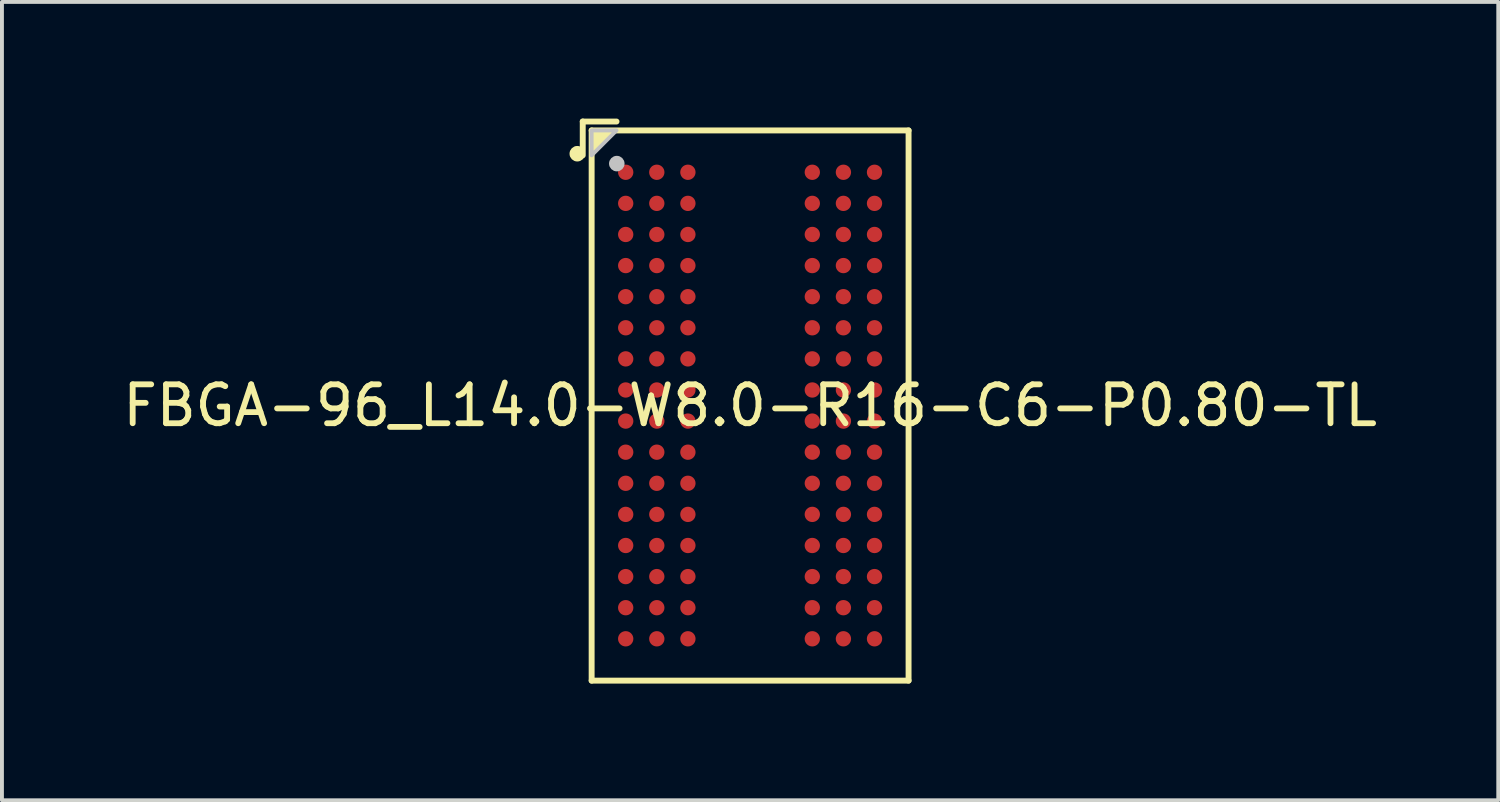
<source format=kicad_pcb>
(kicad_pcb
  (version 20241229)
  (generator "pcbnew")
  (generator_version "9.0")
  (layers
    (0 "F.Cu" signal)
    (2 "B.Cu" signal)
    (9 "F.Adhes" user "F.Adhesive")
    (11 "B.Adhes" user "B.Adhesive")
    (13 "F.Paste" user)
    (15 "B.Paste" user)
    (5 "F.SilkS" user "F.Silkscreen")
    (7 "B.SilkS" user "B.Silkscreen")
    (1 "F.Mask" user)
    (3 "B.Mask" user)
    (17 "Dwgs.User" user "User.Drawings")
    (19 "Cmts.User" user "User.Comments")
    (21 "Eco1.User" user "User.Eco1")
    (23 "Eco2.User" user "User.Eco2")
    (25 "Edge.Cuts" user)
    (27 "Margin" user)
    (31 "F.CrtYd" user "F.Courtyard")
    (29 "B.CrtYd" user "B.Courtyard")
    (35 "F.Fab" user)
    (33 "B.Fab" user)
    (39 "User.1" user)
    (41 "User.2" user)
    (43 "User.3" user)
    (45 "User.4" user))
  (footprint "FBGA-96_L14.0-W8.0-R16-C6-P0.80-TL"
    (layer "F.Cu")
    (at 16.244 7.381)
    (property "Reference" "FBGA-96_L14.0-W8.0-R16-C6-P0.80-TL" (at 0 0 0) (unlocked yes) (layer "F.SilkS") (effects (font (size 1 1) (thickness 0.15))))
    (fp_line (start -4.305 -7.305) (end -4.305 -6.436) (stroke (width 0.152) (type default)) (layer "F.SilkS"))
    (fp_line (start -4.076 -7.076) (end 4.076 -7.076) (stroke (width 0.152) (type default)) (layer "F.SilkS"))
    (fp_line (start -4.076 7.076) (end -4.076 -7.076) (stroke (width 0.152) (type default)) (layer "F.SilkS"))
    (fp_line (start -3.436 -7.305) (end -4.305 -7.305) (stroke (width 0.152) (type default)) (layer "F.SilkS"))
    (fp_line (start 4.076 -7.076) (end 4.076 7.076) (stroke (width 0.152) (type default)) (layer "F.SilkS"))
    (fp_line (start 4.076 7.076) (end -4.076 7.076) (stroke (width 0.152) (type default)) (layer "F.SilkS"))
    (fp_circle (center -4.445 -6.477) (end -4.345 -6.477) (stroke (width 0.2) (type default)) (fill no) (layer "F.SilkS"))
    (fp_poly (pts (xy -3.436 -7.076) (xy -4.076 -6.436) (xy -4.076 -7.076)) (stroke (width 0) (type default)) (fill yes) (layer "F.SilkS"))
    (fp_poly (pts (xy -3.357 -6.197) (xy -3.042 -6.197) (xy -3.003 -6.157) (xy -3.003 -5.843) (xy -3.042 -5.803) (xy -3.357 -5.803) (xy -3.397 -5.843) (xy -3.397 -6.157)) (stroke (width 0) (type default)) (fill yes) (layer "F.Paste"))
    (fp_poly (pts (xy -3.357 -5.397) (xy -3.042 -5.397) (xy -3.003 -5.357) (xy -3.003 -5.043) (xy -3.042 -5.003) (xy -3.357 -5.003) (xy -3.397 -5.043) (xy -3.397 -5.357)) (stroke (width 0) (type default)) (fill yes) (layer "F.Paste"))
    (fp_poly (pts (xy -3.357 -4.597) (xy -3.042 -4.597) (xy -3.003 -4.558) (xy -3.003 -4.242) (xy -3.042 -4.203) (xy -3.357 -4.203) (xy -3.397 -4.242) (xy -3.397 -4.558)) (stroke (width 0) (type default)) (fill yes) (layer "F.Paste"))
    (fp_poly (pts (xy -3.357 -3.797) (xy -3.042 -3.797) (xy -3.003 -3.757) (xy -3.003 -3.442) (xy -3.042 -3.403) (xy -3.357 -3.403) (xy -3.397 -3.442) (xy -3.397 -3.757)) (stroke (width 0) (type default)) (fill yes) (layer "F.Paste"))
    (fp_poly (pts (xy -3.357 -2.997) (xy -3.042 -2.997) (xy -3.003 -2.958) (xy -3.003 -2.643) (xy -3.042 -2.603) (xy -3.357 -2.603) (xy -3.397 -2.643) (xy -3.397 -2.958)) (stroke (width 0) (type default)) (fill yes) (layer "F.Paste"))
    (fp_poly (pts (xy -3.357 -2.197) (xy -3.042 -2.197) (xy -3.003 -2.158) (xy -3.003 -1.843) (xy -3.042 -1.803) (xy -3.357 -1.803) (xy -3.397 -1.843) (xy -3.397 -2.158)) (stroke (width 0) (type default)) (fill yes) (layer "F.Paste"))
    (fp_poly (pts (xy -3.357 -1.397) (xy -3.042 -1.397) (xy -3.003 -1.357) (xy -3.003 -1.042) (xy -3.042 -1.003) (xy -3.357 -1.003) (xy -3.397 -1.042) (xy -3.397 -1.357)) (stroke (width 0) (type default)) (fill yes) (layer "F.Paste"))
    (fp_poly (pts (xy -3.357 -0.597) (xy -3.042 -0.597) (xy -3.003 -0.557) (xy -3.003 -0.242) (xy -3.042 -0.203) (xy -3.357 -0.203) (xy -3.397 -0.242) (xy -3.397 -0.557)) (stroke (width 0) (type default)) (fill yes) (layer "F.Paste"))
    (fp_poly (pts (xy -3.357 0.203) (xy -3.042 0.203) (xy -3.003 0.242) (xy -3.003 0.557) (xy -3.042 0.597) (xy -3.357 0.597) (xy -3.397 0.557) (xy -3.397 0.242)) (stroke (width 0) (type default)) (fill yes) (layer "F.Paste"))
    (fp_poly (pts (xy -3.357 1.003) (xy -3.042 1.003) (xy -3.003 1.042) (xy -3.003 1.357) (xy -3.042 1.397) (xy -3.357 1.397) (xy -3.397 1.357) (xy -3.397 1.042)) (stroke (width 0) (type default)) (fill yes) (layer "F.Paste"))
    (fp_poly (pts (xy -3.357 1.803) (xy -3.042 1.803) (xy -3.003 1.843) (xy -3.003 2.158) (xy -3.042 2.197) (xy -3.357 2.197) (xy -3.397 2.158) (xy -3.397 1.843)) (stroke (width 0) (type default)) (fill yes) (layer "F.Paste"))
    (fp_poly (pts (xy -3.357 2.603) (xy -3.042 2.603) (xy -3.003 2.643) (xy -3.003 2.958) (xy -3.042 2.997) (xy -3.357 2.997) (xy -3.397 2.958) (xy -3.397 2.643)) (stroke (width 0) (type default)) (fill yes) (layer "F.Paste"))
    (fp_poly (pts (xy -3.357 3.403) (xy -3.042 3.403) (xy -3.003 3.442) (xy -3.003 3.757) (xy -3.042 3.797) (xy -3.357 3.797) (xy -3.397 3.757) (xy -3.397 3.442)) (stroke (width 0) (type default)) (fill yes) (layer "F.Paste"))
    (fp_poly (pts (xy -3.357 4.203) (xy -3.042 4.203) (xy -3.003 4.242) (xy -3.003 4.558) (xy -3.042 4.597) (xy -3.357 4.597) (xy -3.397 4.558) (xy -3.397 4.242)) (stroke (width 0) (type default)) (fill yes) (layer "F.Paste"))
    (fp_poly (pts (xy -3.357 5.003) (xy -3.042 5.003) (xy -3.003 5.043) (xy -3.003 5.357) (xy -3.042 5.397) (xy -3.357 5.397) (xy -3.397 5.357) (xy -3.397 5.043)) (stroke (width 0) (type default)) (fill yes) (layer "F.Paste"))
    (fp_poly (pts (xy -3.357 5.803) (xy -3.042 5.803) (xy -3.003 5.843) (xy -3.003 6.157) (xy -3.042 6.197) (xy -3.357 6.197) (xy -3.397 6.157) (xy -3.397 5.843)) (stroke (width 0) (type default)) (fill yes) (layer "F.Paste"))
    (fp_poly (pts (xy -2.558 -6.197) (xy -2.243 -6.197) (xy -2.203 -6.157) (xy -2.203 -5.843) (xy -2.243 -5.803) (xy -2.558 -5.803) (xy -2.597 -5.843) (xy -2.597 -6.157)) (stroke (width 0) (type default)) (fill yes) (layer "F.Paste"))
    (fp_poly (pts (xy -2.558 -5.397) (xy -2.243 -5.397) (xy -2.203 -5.357) (xy -2.203 -5.043) (xy -2.243 -5.003) (xy -2.558 -5.003) (xy -2.597 -5.043) (xy -2.597 -5.357)) (stroke (width 0) (type default)) (fill yes) (layer "F.Paste"))
    (fp_poly (pts (xy -2.558 -4.597) (xy -2.243 -4.597) (xy -2.203 -4.558) (xy -2.203 -4.242) (xy -2.243 -4.203) (xy -2.558 -4.203) (xy -2.597 -4.242) (xy -2.597 -4.558)) (stroke (width 0) (type default)) (fill yes) (layer "F.Paste"))
    (fp_poly (pts (xy -2.558 -3.797) (xy -2.243 -3.797) (xy -2.203 -3.757) (xy -2.203 -3.442) (xy -2.243 -3.403) (xy -2.558 -3.403) (xy -2.597 -3.442) (xy -2.597 -3.757)) (stroke (width 0) (type default)) (fill yes) (layer "F.Paste"))
    (fp_poly (pts (xy -2.558 -2.997) (xy -2.243 -2.997) (xy -2.203 -2.958) (xy -2.203 -2.643) (xy -2.243 -2.603) (xy -2.558 -2.603) (xy -2.597 -2.643) (xy -2.597 -2.958)) (stroke (width 0) (type default)) (fill yes) (layer "F.Paste"))
    (fp_poly (pts (xy -2.558 -2.197) (xy -2.243 -2.197) (xy -2.203 -2.158) (xy -2.203 -1.843) (xy -2.243 -1.803) (xy -2.558 -1.803) (xy -2.597 -1.843) (xy -2.597 -2.158)) (stroke (width 0) (type default)) (fill yes) (layer "F.Paste"))
    (fp_poly (pts (xy -2.558 -1.397) (xy -2.243 -1.397) (xy -2.203 -1.357) (xy -2.203 -1.042) (xy -2.243 -1.003) (xy -2.558 -1.003) (xy -2.597 -1.042) (xy -2.597 -1.357)) (stroke (width 0) (type default)) (fill yes) (layer "F.Paste"))
    (fp_poly (pts (xy -2.558 -0.597) (xy -2.243 -0.597) (xy -2.203 -0.557) (xy -2.203 -0.242) (xy -2.243 -0.203) (xy -2.558 -0.203) (xy -2.597 -0.242) (xy -2.597 -0.557)) (stroke (width 0) (type default)) (fill yes) (layer "F.Paste"))
    (fp_poly (pts (xy -2.558 0.203) (xy -2.243 0.203) (xy -2.203 0.242) (xy -2.203 0.557) (xy -2.243 0.597) (xy -2.558 0.597) (xy -2.597 0.557) (xy -2.597 0.242)) (stroke (width 0) (type default)) (fill yes) (layer "F.Paste"))
    (fp_poly (pts (xy -2.558 1.003) (xy -2.243 1.003) (xy -2.203 1.042) (xy -2.203 1.357) (xy -2.243 1.397) (xy -2.558 1.397) (xy -2.597 1.357) (xy -2.597 1.042)) (stroke (width 0) (type default)) (fill yes) (layer "F.Paste"))
    (fp_poly (pts (xy -2.558 1.803) (xy -2.243 1.803) (xy -2.203 1.843) (xy -2.203 2.158) (xy -2.243 2.197) (xy -2.558 2.197) (xy -2.597 2.158) (xy -2.597 1.843)) (stroke (width 0) (type default)) (fill yes) (layer "F.Paste"))
    (fp_poly (pts (xy -2.558 2.603) (xy -2.243 2.603) (xy -2.203 2.643) (xy -2.203 2.958) (xy -2.243 2.997) (xy -2.558 2.997) (xy -2.597 2.958) (xy -2.597 2.643)) (stroke (width 0) (type default)) (fill yes) (layer "F.Paste"))
    (fp_poly (pts (xy -2.558 3.403) (xy -2.243 3.403) (xy -2.203 3.442) (xy -2.203 3.757) (xy -2.243 3.797) (xy -2.558 3.797) (xy -2.597 3.757) (xy -2.597 3.442)) (stroke (width 0) (type default)) (fill yes) (layer "F.Paste"))
    (fp_poly (pts (xy -2.558 4.203) (xy -2.243 4.203) (xy -2.203 4.242) (xy -2.203 4.558) (xy -2.243 4.597) (xy -2.558 4.597) (xy -2.597 4.558) (xy -2.597 4.242)) (stroke (width 0) (type default)) (fill yes) (layer "F.Paste"))
    (fp_poly (pts (xy -2.558 5.003) (xy -2.243 5.003) (xy -2.203 5.043) (xy -2.203 5.357) (xy -2.243 5.397) (xy -2.558 5.397) (xy -2.597 5.357) (xy -2.597 5.043)) (stroke (width 0) (type default)) (fill yes) (layer "F.Paste"))
    (fp_poly (pts (xy -2.558 5.803) (xy -2.243 5.803) (xy -2.203 5.843) (xy -2.203 6.157) (xy -2.243 6.197) (xy -2.558 6.197) (xy -2.597 6.157) (xy -2.597 5.843)) (stroke (width 0) (type default)) (fill yes) (layer "F.Paste"))
    (fp_poly (pts (xy -1.758 -6.197) (xy -1.442 -6.197) (xy -1.403 -6.157) (xy -1.403 -5.843) (xy -1.442 -5.803) (xy -1.758 -5.803) (xy -1.797 -5.843) (xy -1.797 -6.157)) (stroke (width 0) (type default)) (fill yes) (layer "F.Paste"))
    (fp_poly (pts (xy -1.758 -5.397) (xy -1.442 -5.397) (xy -1.403 -5.357) (xy -1.403 -5.043) (xy -1.442 -5.003) (xy -1.758 -5.003) (xy -1.797 -5.043) (xy -1.797 -5.357)) (stroke (width 0) (type default)) (fill yes) (layer "F.Paste"))
    (fp_poly (pts (xy -1.758 -4.597) (xy -1.442 -4.597) (xy -1.403 -4.558) (xy -1.403 -4.242) (xy -1.442 -4.203) (xy -1.758 -4.203) (xy -1.797 -4.242) (xy -1.797 -4.558)) (stroke (width 0) (type default)) (fill yes) (layer "F.Paste"))
    (fp_poly (pts (xy -1.758 -3.797) (xy -1.442 -3.797) (xy -1.403 -3.757) (xy -1.403 -3.442) (xy -1.442 -3.403) (xy -1.758 -3.403) (xy -1.797 -3.442) (xy -1.797 -3.757)) (stroke (width 0) (type default)) (fill yes) (layer "F.Paste"))
    (fp_poly (pts (xy -1.758 -2.997) (xy -1.442 -2.997) (xy -1.403 -2.958) (xy -1.403 -2.643) (xy -1.442 -2.603) (xy -1.758 -2.603) (xy -1.797 -2.643) (xy -1.797 -2.958)) (stroke (width 0) (type default)) (fill yes) (layer "F.Paste"))
    (fp_poly (pts (xy -1.758 -2.197) (xy -1.442 -2.197) (xy -1.403 -2.158) (xy -1.403 -1.843) (xy -1.442 -1.803) (xy -1.758 -1.803) (xy -1.797 -1.843) (xy -1.797 -2.158)) (stroke (width 0) (type default)) (fill yes) (layer "F.Paste"))
    (fp_poly (pts (xy -1.758 -1.397) (xy -1.442 -1.397) (xy -1.403 -1.357) (xy -1.403 -1.042) (xy -1.442 -1.003) (xy -1.758 -1.003) (xy -1.797 -1.042) (xy -1.797 -1.357)) (stroke (width 0) (type default)) (fill yes) (layer "F.Paste"))
    (fp_poly (pts (xy -1.758 -0.597) (xy -1.442 -0.597) (xy -1.403 -0.557) (xy -1.403 -0.242) (xy -1.442 -0.203) (xy -1.758 -0.203) (xy -1.797 -0.242) (xy -1.797 -0.557)) (stroke (width 0) (type default)) (fill yes) (layer "F.Paste"))
    (fp_poly (pts (xy -1.758 0.203) (xy -1.442 0.203) (xy -1.403 0.242) (xy -1.403 0.557) (xy -1.442 0.597) (xy -1.758 0.597) (xy -1.797 0.557) (xy -1.797 0.242)) (stroke (width 0) (type default)) (fill yes) (layer "F.Paste"))
    (fp_poly (pts (xy -1.758 1.003) (xy -1.442 1.003) (xy -1.403 1.042) (xy -1.403 1.357) (xy -1.442 1.397) (xy -1.758 1.397) (xy -1.797 1.357) (xy -1.797 1.042)) (stroke (width 0) (type default)) (fill yes) (layer "F.Paste"))
    (fp_poly (pts (xy -1.758 1.803) (xy -1.442 1.803) (xy -1.403 1.843) (xy -1.403 2.158) (xy -1.442 2.197) (xy -1.758 2.197) (xy -1.797 2.158) (xy -1.797 1.843)) (stroke (width 0) (type default)) (fill yes) (layer "F.Paste"))
    (fp_poly (pts (xy -1.758 2.603) (xy -1.442 2.603) (xy -1.403 2.643) (xy -1.403 2.958) (xy -1.442 2.997) (xy -1.758 2.997) (xy -1.797 2.958) (xy -1.797 2.643)) (stroke (width 0) (type default)) (fill yes) (layer "F.Paste"))
    (fp_poly (pts (xy -1.758 3.403) (xy -1.442 3.403) (xy -1.403 3.442) (xy -1.403 3.757) (xy -1.442 3.797) (xy -1.758 3.797) (xy -1.797 3.757) (xy -1.797 3.442)) (stroke (width 0) (type default)) (fill yes) (layer "F.Paste"))
    (fp_poly (pts (xy -1.758 4.203) (xy -1.442 4.203) (xy -1.403 4.242) (xy -1.403 4.558) (xy -1.442 4.597) (xy -1.758 4.597) (xy -1.797 4.558) (xy -1.797 4.242)) (stroke (width 0) (type default)) (fill yes) (layer "F.Paste"))
    (fp_poly (pts (xy -1.758 5.003) (xy -1.442 5.003) (xy -1.403 5.043) (xy -1.403 5.357) (xy -1.442 5.397) (xy -1.758 5.397) (xy -1.797 5.357) (xy -1.797 5.043)) (stroke (width 0) (type default)) (fill yes) (layer "F.Paste"))
    (fp_poly (pts (xy -1.758 5.803) (xy -1.442 5.803) (xy -1.403 5.843) (xy -1.403 6.157) (xy -1.442 6.197) (xy -1.758 6.197) (xy -1.797 6.157) (xy -1.797 5.843)) (stroke (width 0) (type default)) (fill yes) (layer "F.Paste"))
    (fp_poly (pts (xy 1.442 -6.197) (xy 1.758 -6.197) (xy 1.797 -6.157) (xy 1.797 -5.843) (xy 1.758 -5.803) (xy 1.442 -5.803) (xy 1.403 -5.843) (xy 1.403 -6.157)) (stroke (width 0) (type default)) (fill yes) (layer "F.Paste"))
    (fp_poly (pts (xy 1.442 -5.397) (xy 1.758 -5.397) (xy 1.797 -5.357) (xy 1.797 -5.043) (xy 1.758 -5.003) (xy 1.442 -5.003) (xy 1.403 -5.043) (xy 1.403 -5.357)) (stroke (width 0) (type default)) (fill yes) (layer "F.Paste"))
    (fp_poly (pts (xy 1.442 -4.597) (xy 1.758 -4.597) (xy 1.797 -4.558) (xy 1.797 -4.242) (xy 1.758 -4.203) (xy 1.442 -4.203) (xy 1.403 -4.242) (xy 1.403 -4.558)) (stroke (width 0) (type default)) (fill yes) (layer "F.Paste"))
    (fp_poly (pts (xy 1.442 -3.797) (xy 1.758 -3.797) (xy 1.797 -3.757) (xy 1.797 -3.442) (xy 1.758 -3.403) (xy 1.442 -3.403) (xy 1.403 -3.442) (xy 1.403 -3.757)) (stroke (width 0) (type default)) (fill yes) (layer "F.Paste"))
    (fp_poly (pts (xy 1.442 -2.997) (xy 1.758 -2.997) (xy 1.797 -2.958) (xy 1.797 -2.643) (xy 1.758 -2.603) (xy 1.442 -2.603) (xy 1.403 -2.643) (xy 1.403 -2.958)) (stroke (width 0) (type default)) (fill yes) (layer "F.Paste"))
    (fp_poly (pts (xy 1.442 -2.197) (xy 1.758 -2.197) (xy 1.797 -2.158) (xy 1.797 -1.843) (xy 1.758 -1.803) (xy 1.442 -1.803) (xy 1.403 -1.843) (xy 1.403 -2.158)) (stroke (width 0) (type default)) (fill yes) (layer "F.Paste"))
    (fp_poly (pts (xy 1.442 -1.397) (xy 1.758 -1.397) (xy 1.797 -1.357) (xy 1.797 -1.042) (xy 1.758 -1.003) (xy 1.442 -1.003) (xy 1.403 -1.042) (xy 1.403 -1.357)) (stroke (width 0) (type default)) (fill yes) (layer "F.Paste"))
    (fp_poly (pts (xy 1.442 -0.597) (xy 1.758 -0.597) (xy 1.797 -0.557) (xy 1.797 -0.242) (xy 1.758 -0.203) (xy 1.442 -0.203) (xy 1.403 -0.242) (xy 1.403 -0.557)) (stroke (width 0) (type default)) (fill yes) (layer "F.Paste"))
    (fp_poly (pts (xy 1.442 0.203) (xy 1.758 0.203) (xy 1.797 0.242) (xy 1.797 0.557) (xy 1.758 0.597) (xy 1.442 0.597) (xy 1.403 0.557) (xy 1.403 0.242)) (stroke (width 0) (type default)) (fill yes) (layer "F.Paste"))
    (fp_poly (pts (xy 1.442 1.003) (xy 1.758 1.003) (xy 1.797 1.042) (xy 1.797 1.357) (xy 1.758 1.397) (xy 1.442 1.397) (xy 1.403 1.357) (xy 1.403 1.042)) (stroke (width 0) (type default)) (fill yes) (layer "F.Paste"))
    (fp_poly (pts (xy 1.442 1.803) (xy 1.758 1.803) (xy 1.797 1.843) (xy 1.797 2.158) (xy 1.758 2.197) (xy 1.442 2.197) (xy 1.403 2.158) (xy 1.403 1.843)) (stroke (width 0) (type default)) (fill yes) (layer "F.Paste"))
    (fp_poly (pts (xy 1.442 2.603) (xy 1.758 2.603) (xy 1.797 2.643) (xy 1.797 2.958) (xy 1.758 2.997) (xy 1.442 2.997) (xy 1.403 2.958) (xy 1.403 2.643)) (stroke (width 0) (type default)) (fill yes) (layer "F.Paste"))
    (fp_poly (pts (xy 1.442 3.403) (xy 1.758 3.403) (xy 1.797 3.442) (xy 1.797 3.757) (xy 1.758 3.797) (xy 1.442 3.797) (xy 1.403 3.757) (xy 1.403 3.442)) (stroke (width 0) (type default)) (fill yes) (layer "F.Paste"))
    (fp_poly (pts (xy 1.442 4.203) (xy 1.758 4.203) (xy 1.797 4.242) (xy 1.797 4.558) (xy 1.758 4.597) (xy 1.442 4.597) (xy 1.403 4.558) (xy 1.403 4.242)) (stroke (width 0) (type default)) (fill yes) (layer "F.Paste"))
    (fp_poly (pts (xy 1.442 5.003) (xy 1.758 5.003) (xy 1.797 5.043) (xy 1.797 5.357) (xy 1.758 5.397) (xy 1.442 5.397) (xy 1.403 5.357) (xy 1.403 5.043)) (stroke (width 0) (type default)) (fill yes) (layer "F.Paste"))
    (fp_poly (pts (xy 1.442 5.803) (xy 1.758 5.803) (xy 1.797 5.843) (xy 1.797 6.157) (xy 1.758 6.197) (xy 1.442 6.197) (xy 1.403 6.157) (xy 1.403 5.843)) (stroke (width 0) (type default)) (fill yes) (layer "F.Paste"))
    (fp_poly (pts (xy 2.243 -6.197) (xy 2.558 -6.197) (xy 2.597 -6.157) (xy 2.597 -5.843) (xy 2.558 -5.803) (xy 2.243 -5.803) (xy 2.203 -5.843) (xy 2.203 -6.157)) (stroke (width 0) (type default)) (fill yes) (layer "F.Paste"))
    (fp_poly (pts (xy 2.243 -5.397) (xy 2.558 -5.397) (xy 2.597 -5.357) (xy 2.597 -5.043) (xy 2.558 -5.003) (xy 2.243 -5.003) (xy 2.203 -5.043) (xy 2.203 -5.357)) (stroke (width 0) (type default)) (fill yes) (layer "F.Paste"))
    (fp_poly (pts (xy 2.243 -4.597) (xy 2.558 -4.597) (xy 2.597 -4.558) (xy 2.597 -4.242) (xy 2.558 -4.203) (xy 2.243 -4.203) (xy 2.203 -4.242) (xy 2.203 -4.558)) (stroke (width 0) (type default)) (fill yes) (layer "F.Paste"))
    (fp_poly (pts (xy 2.243 -3.797) (xy 2.558 -3.797) (xy 2.597 -3.757) (xy 2.597 -3.442) (xy 2.558 -3.403) (xy 2.243 -3.403) (xy 2.203 -3.442) (xy 2.203 -3.757)) (stroke (width 0) (type default)) (fill yes) (layer "F.Paste"))
    (fp_poly (pts (xy 2.243 -2.997) (xy 2.558 -2.997) (xy 2.597 -2.958) (xy 2.597 -2.643) (xy 2.558 -2.603) (xy 2.243 -2.603) (xy 2.203 -2.643) (xy 2.203 -2.958)) (stroke (width 0) (type default)) (fill yes) (layer "F.Paste"))
    (fp_poly (pts (xy 2.243 -2.197) (xy 2.558 -2.197) (xy 2.597 -2.158) (xy 2.597 -1.843) (xy 2.558 -1.803) (xy 2.243 -1.803) (xy 2.203 -1.843) (xy 2.203 -2.158)) (stroke (width 0) (type default)) (fill yes) (layer "F.Paste"))
    (fp_poly (pts (xy 2.243 -1.397) (xy 2.558 -1.397) (xy 2.597 -1.357) (xy 2.597 -1.042) (xy 2.558 -1.003) (xy 2.243 -1.003) (xy 2.203 -1.042) (xy 2.203 -1.357)) (stroke (width 0) (type default)) (fill yes) (layer "F.Paste"))
    (fp_poly (pts (xy 2.243 -0.597) (xy 2.558 -0.597) (xy 2.597 -0.557) (xy 2.597 -0.242) (xy 2.558 -0.203) (xy 2.243 -0.203) (xy 2.203 -0.242) (xy 2.203 -0.557)) (stroke (width 0) (type default)) (fill yes) (layer "F.Paste"))
    (fp_poly (pts (xy 2.243 0.203) (xy 2.558 0.203) (xy 2.597 0.242) (xy 2.597 0.557) (xy 2.558 0.597) (xy 2.243 0.597) (xy 2.203 0.557) (xy 2.203 0.242)) (stroke (width 0) (type default)) (fill yes) (layer "F.Paste"))
    (fp_poly (pts (xy 2.243 1.003) (xy 2.558 1.003) (xy 2.597 1.042) (xy 2.597 1.357) (xy 2.558 1.397) (xy 2.243 1.397) (xy 2.203 1.357) (xy 2.203 1.042)) (stroke (width 0) (type default)) (fill yes) (layer "F.Paste"))
    (fp_poly (pts (xy 2.243 1.803) (xy 2.558 1.803) (xy 2.597 1.843) (xy 2.597 2.158) (xy 2.558 2.197) (xy 2.243 2.197) (xy 2.203 2.158) (xy 2.203 1.843)) (stroke (width 0) (type default)) (fill yes) (layer "F.Paste"))
    (fp_poly (pts (xy 2.243 2.603) (xy 2.558 2.603) (xy 2.597 2.643) (xy 2.597 2.958) (xy 2.558 2.997) (xy 2.243 2.997) (xy 2.203 2.958) (xy 2.203 2.643)) (stroke (width 0) (type default)) (fill yes) (layer "F.Paste"))
    (fp_poly (pts (xy 2.243 3.403) (xy 2.558 3.403) (xy 2.597 3.442) (xy 2.597 3.757) (xy 2.558 3.797) (xy 2.243 3.797) (xy 2.203 3.757) (xy 2.203 3.442)) (stroke (width 0) (type default)) (fill yes) (layer "F.Paste"))
    (fp_poly (pts (xy 2.243 4.203) (xy 2.558 4.203) (xy 2.597 4.242) (xy 2.597 4.558) (xy 2.558 4.597) (xy 2.243 4.597) (xy 2.203 4.558) (xy 2.203 4.242)) (stroke (width 0) (type default)) (fill yes) (layer "F.Paste"))
    (fp_poly (pts (xy 2.243 5.003) (xy 2.558 5.003) (xy 2.597 5.043) (xy 2.597 5.357) (xy 2.558 5.397) (xy 2.243 5.397) (xy 2.203 5.357) (xy 2.203 5.043)) (stroke (width 0) (type default)) (fill yes) (layer "F.Paste"))
    (fp_poly (pts (xy 2.243 5.803) (xy 2.558 5.803) (xy 2.597 5.843) (xy 2.597 6.157) (xy 2.558 6.197) (xy 2.243 6.197) (xy 2.203 6.157) (xy 2.203 5.843)) (stroke (width 0) (type default)) (fill yes) (layer "F.Paste"))
    (fp_poly (pts (xy 3.042 -6.197) (xy 3.357 -6.197) (xy 3.397 -6.157) (xy 3.397 -5.843) (xy 3.357 -5.803) (xy 3.042 -5.803) (xy 3.003 -5.843) (xy 3.003 -6.157)) (stroke (width 0) (type default)) (fill yes) (layer "F.Paste"))
    (fp_poly (pts (xy 3.042 -5.397) (xy 3.357 -5.397) (xy 3.397 -5.357) (xy 3.397 -5.043) (xy 3.357 -5.003) (xy 3.042 -5.003) (xy 3.003 -5.043) (xy 3.003 -5.357)) (stroke (width 0) (type default)) (fill yes) (layer "F.Paste"))
    (fp_poly (pts (xy 3.042 -4.597) (xy 3.357 -4.597) (xy 3.397 -4.558) (xy 3.397 -4.242) (xy 3.357 -4.203) (xy 3.042 -4.203) (xy 3.003 -4.242) (xy 3.003 -4.558)) (stroke (width 0) (type default)) (fill yes) (layer "F.Paste"))
    (fp_poly (pts (xy 3.042 -3.797) (xy 3.357 -3.797) (xy 3.397 -3.757) (xy 3.397 -3.442) (xy 3.357 -3.403) (xy 3.042 -3.403) (xy 3.003 -3.442) (xy 3.003 -3.757)) (stroke (width 0) (type default)) (fill yes) (layer "F.Paste"))
    (fp_poly (pts (xy 3.042 -2.997) (xy 3.357 -2.997) (xy 3.397 -2.958) (xy 3.397 -2.643) (xy 3.357 -2.603) (xy 3.042 -2.603) (xy 3.003 -2.643) (xy 3.003 -2.958)) (stroke (width 0) (type default)) (fill yes) (layer "F.Paste"))
    (fp_poly (pts (xy 3.042 -2.197) (xy 3.357 -2.197) (xy 3.397 -2.158) (xy 3.397 -1.843) (xy 3.357 -1.803) (xy 3.042 -1.803) (xy 3.003 -1.843) (xy 3.003 -2.158)) (stroke (width 0) (type default)) (fill yes) (layer "F.Paste"))
    (fp_poly (pts (xy 3.042 -1.397) (xy 3.357 -1.397) (xy 3.397 -1.357) (xy 3.397 -1.042) (xy 3.357 -1.003) (xy 3.042 -1.003) (xy 3.003 -1.042) (xy 3.003 -1.357)) (stroke (width 0) (type default)) (fill yes) (layer "F.Paste"))
    (fp_poly (pts (xy 3.042 -0.597) (xy 3.357 -0.597) (xy 3.397 -0.557) (xy 3.397 -0.242) (xy 3.357 -0.203) (xy 3.042 -0.203) (xy 3.003 -0.242) (xy 3.003 -0.557)) (stroke (width 0) (type default)) (fill yes) (layer "F.Paste"))
    (fp_poly (pts (xy 3.042 0.203) (xy 3.357 0.203) (xy 3.397 0.242) (xy 3.397 0.557) (xy 3.357 0.597) (xy 3.042 0.597) (xy 3.003 0.557) (xy 3.003 0.242)) (stroke (width 0) (type default)) (fill yes) (layer "F.Paste"))
    (fp_poly (pts (xy 3.042 1.003) (xy 3.357 1.003) (xy 3.397 1.042) (xy 3.397 1.357) (xy 3.357 1.397) (xy 3.042 1.397) (xy 3.003 1.357) (xy 3.003 1.042)) (stroke (width 0) (type default)) (fill yes) (layer "F.Paste"))
    (fp_poly (pts (xy 3.042 1.803) (xy 3.357 1.803) (xy 3.397 1.843) (xy 3.397 2.158) (xy 3.357 2.197) (xy 3.042 2.197) (xy 3.003 2.158) (xy 3.003 1.843)) (stroke (width 0) (type default)) (fill yes) (layer "F.Paste"))
    (fp_poly (pts (xy 3.042 2.603) (xy 3.357 2.603) (xy 3.397 2.643) (xy 3.397 2.958) (xy 3.357 2.997) (xy 3.042 2.997) (xy 3.003 2.958) (xy 3.003 2.643)) (stroke (width 0) (type default)) (fill yes) (layer "F.Paste"))
    (fp_poly (pts (xy 3.042 3.403) (xy 3.357 3.403) (xy 3.397 3.442) (xy 3.397 3.757) (xy 3.357 3.797) (xy 3.042 3.797) (xy 3.003 3.757) (xy 3.003 3.442)) (stroke (width 0) (type default)) (fill yes) (layer "F.Paste"))
    (fp_poly (pts (xy 3.042 4.203) (xy 3.357 4.203) (xy 3.397 4.242) (xy 3.397 4.558) (xy 3.357 4.597) (xy 3.042 4.597) (xy 3.003 4.558) (xy 3.003 4.242)) (stroke (width 0) (type default)) (fill yes) (layer "F.Paste"))
    (fp_poly (pts (xy 3.042 5.003) (xy 3.357 5.003) (xy 3.397 5.043) (xy 3.397 5.357) (xy 3.357 5.397) (xy 3.042 5.397) (xy 3.003 5.357) (xy 3.003 5.043)) (stroke (width 0) (type default)) (fill yes) (layer "F.Paste"))
    (fp_poly (pts (xy 3.042 5.803) (xy 3.357 5.803) (xy 3.397 5.843) (xy 3.397 6.157) (xy 3.357 6.197) (xy 3.042 6.197) (xy 3.003 6.157) (xy 3.003 5.843)) (stroke (width 0) (type default)) (fill yes) (layer "F.Paste"))
    (fp_circle (center -3.429 -6.223) (end -3.329 -6.223) (stroke (width 0.2) (type default)) (fill no) (layer "Dwgs.User"))
    (fp_poly (pts (xy -3.436 -7.076) (xy -4.076 -6.436) (xy -4.076 -7.076)) (stroke (width 0.1) (type default)) (fill no) (layer "Dwgs.User"))
    (fp_poly (pts (xy -2.965 -6) (xy -2.983 -6.09) (xy -3.034 -6.166) (xy -3.11 -6.217) (xy -3.2 -6.235) (xy -3.29 -6.217) (xy -3.366 -6.166) (xy -3.417 -6.09) (xy -3.435 -6) (xy -3.417 -5.91) (xy -3.366 -5.834) (xy -3.29 -5.783) (xy -3.2 -5.765) (xy -3.11 -5.783) (xy -3.034 -5.834) (xy -2.983 -5.91)) (stroke (width 0.1) (type default)) (fill no) (layer "User.1"))
    (fp_poly (pts (xy -2.965 -5.2) (xy -2.983 -5.29) (xy -3.034 -5.366) (xy -3.11 -5.417) (xy -3.2 -5.435) (xy -3.29 -5.417) (xy -3.366 -5.366) (xy -3.417 -5.29) (xy -3.435 -5.2) (xy -3.417 -5.11) (xy -3.366 -5.034) (xy -3.29 -4.983) (xy -3.2 -4.965) (xy -3.11 -4.983) (xy -3.034 -5.034) (xy -2.983 -5.11)) (stroke (width 0.1) (type default)) (fill no) (layer "User.1"))
    (fp_poly (pts (xy -2.965 -4.4) (xy -2.983 -4.49) (xy -3.034 -4.566) (xy -3.11 -4.617) (xy -3.2 -4.635) (xy -3.29 -4.617) (xy -3.366 -4.566) (xy -3.417 -4.49) (xy -3.435 -4.4) (xy -3.417 -4.31) (xy -3.366 -4.234) (xy -3.29 -4.183) (xy -3.2 -4.165) (xy -3.11 -4.183) (xy -3.034 -4.234) (xy -2.983 -4.31)) (stroke (width 0.1) (type default)) (fill no) (layer "User.1"))
    (fp_poly (pts (xy -2.965 -3.6) (xy -2.983 -3.69) (xy -3.034 -3.766) (xy -3.11 -3.817) (xy -3.2 -3.835) (xy -3.29 -3.817) (xy -3.366 -3.766) (xy -3.417 -3.69) (xy -3.435 -3.6) (xy -3.417 -3.51) (xy -3.366 -3.434) (xy -3.29 -3.383) (xy -3.2 -3.365) (xy -3.11 -3.383) (xy -3.034 -3.434) (xy -2.983 -3.51)) (stroke (width 0.1) (type default)) (fill no) (layer "User.1"))
    (fp_poly (pts (xy -2.965 -2.8) (xy -2.983 -2.89) (xy -3.034 -2.966) (xy -3.11 -3.017) (xy -3.2 -3.035) (xy -3.29 -3.017) (xy -3.366 -2.966) (xy -3.417 -2.89) (xy -3.435 -2.8) (xy -3.417 -2.71) (xy -3.366 -2.634) (xy -3.29 -2.583) (xy -3.2 -2.565) (xy -3.11 -2.583) (xy -3.034 -2.634) (xy -2.983 -2.71)) (stroke (width 0.1) (type default)) (fill no) (layer "User.1"))
    (fp_poly (pts (xy -2.965 -2) (xy -2.983 -2.09) (xy -3.034 -2.166) (xy -3.11 -2.217) (xy -3.2 -2.235) (xy -3.29 -2.217) (xy -3.366 -2.166) (xy -3.417 -2.09) (xy -3.435 -2) (xy -3.417 -1.91) (xy -3.366 -1.834) (xy -3.29 -1.783) (xy -3.2 -1.765) (xy -3.11 -1.783) (xy -3.034 -1.834) (xy -2.983 -1.91)) (stroke (width 0.1) (type default)) (fill no) (layer "User.1"))
    (fp_poly (pts (xy -2.965 -1.2) (xy -2.983 -1.29) (xy -3.034 -1.366) (xy -3.11 -1.417) (xy -3.2 -1.435) (xy -3.29 -1.417) (xy -3.366 -1.366) (xy -3.417 -1.29) (xy -3.435 -1.2) (xy -3.417 -1.11) (xy -3.366 -1.034) (xy -3.29 -0.983) (xy -3.2 -0.965) (xy -3.11 -0.983) (xy -3.034 -1.034) (xy -2.983 -1.11)) (stroke (width 0.1) (type default)) (fill no) (layer "User.1"))
    (fp_poly (pts (xy -2.965 -0.4) (xy -2.983 -0.49) (xy -3.034 -0.566) (xy -3.11 -0.617) (xy -3.2 -0.635) (xy -3.29 -0.617) (xy -3.366 -0.566) (xy -3.417 -0.49) (xy -3.435 -0.4) (xy -3.417 -0.31) (xy -3.366 -0.234) (xy -3.29 -0.183) (xy -3.2 -0.165) (xy -3.11 -0.183) (xy -3.034 -0.234) (xy -2.983 -0.31)) (stroke (width 0.1) (type default)) (fill no) (layer "User.1"))
    (fp_poly (pts (xy -2.965 0.4) (xy -2.983 0.31) (xy -3.034 0.234) (xy -3.11 0.183) (xy -3.2 0.165) (xy -3.29 0.183) (xy -3.366 0.234) (xy -3.417 0.31) (xy -3.435 0.4) (xy -3.417 0.49) (xy -3.366 0.566) (xy -3.29 0.617) (xy -3.2 0.635) (xy -3.11 0.617) (xy -3.034 0.566) (xy -2.983 0.49)) (stroke (width 0.1) (type default)) (fill no) (layer "User.1"))
    (fp_poly (pts (xy -2.965 1.2) (xy -2.983 1.11) (xy -3.034 1.034) (xy -3.11 0.983) (xy -3.2 0.965) (xy -3.29 0.983) (xy -3.366 1.034) (xy -3.417 1.11) (xy -3.435 1.2) (xy -3.417 1.29) (xy -3.366 1.366) (xy -3.29 1.417) (xy -3.2 1.435) (xy -3.11 1.417) (xy -3.034 1.366) (xy -2.983 1.29)) (stroke (width 0.1) (type default)) (fill no) (layer "User.1"))
    (fp_poly (pts (xy -2.965 2) (xy -2.983 1.91) (xy -3.034 1.834) (xy -3.11 1.783) (xy -3.2 1.765) (xy -3.29 1.783) (xy -3.366 1.834) (xy -3.417 1.91) (xy -3.435 2) (xy -3.417 2.09) (xy -3.366 2.166) (xy -3.29 2.217) (xy -3.2 2.235) (xy -3.11 2.217) (xy -3.034 2.166) (xy -2.983 2.09)) (stroke (width 0.1) (type default)) (fill no) (layer "User.1"))
    (fp_poly (pts (xy -2.965 2.8) (xy -2.983 2.71) (xy -3.034 2.634) (xy -3.11 2.583) (xy -3.2 2.565) (xy -3.29 2.583) (xy -3.366 2.634) (xy -3.417 2.71) (xy -3.435 2.8) (xy -3.417 2.89) (xy -3.366 2.966) (xy -3.29 3.017) (xy -3.2 3.035) (xy -3.11 3.017) (xy -3.034 2.966) (xy -2.983 2.89)) (stroke (width 0.1) (type default)) (fill no) (layer "User.1"))
    (fp_poly (pts (xy -2.965 3.6) (xy -2.983 3.51) (xy -3.034 3.434) (xy -3.11 3.383) (xy -3.2 3.365) (xy -3.29 3.383) (xy -3.366 3.434) (xy -3.417 3.51) (xy -3.435 3.6) (xy -3.417 3.69) (xy -3.366 3.766) (xy -3.29 3.817) (xy -3.2 3.835) (xy -3.11 3.817) (xy -3.034 3.766) (xy -2.983 3.69)) (stroke (width 0.1) (type default)) (fill no) (layer "User.1"))
    (fp_poly (pts (xy -2.965 4.4) (xy -2.983 4.31) (xy -3.034 4.234) (xy -3.11 4.183) (xy -3.2 4.165) (xy -3.29 4.183) (xy -3.366 4.234) (xy -3.417 4.31) (xy -3.435 4.4) (xy -3.417 4.49) (xy -3.366 4.566) (xy -3.29 4.617) (xy -3.2 4.635) (xy -3.11 4.617) (xy -3.034 4.566) (xy -2.983 4.49)) (stroke (width 0.1) (type default)) (fill no) (layer "User.1"))
    (fp_poly (pts (xy -2.965 5.2) (xy -2.983 5.11) (xy -3.034 5.034) (xy -3.11 4.983) (xy -3.2 4.965) (xy -3.29 4.983) (xy -3.366 5.034) (xy -3.417 5.11) (xy -3.435 5.2) (xy -3.417 5.29) (xy -3.366 5.366) (xy -3.29 5.417) (xy -3.2 5.435) (xy -3.11 5.417) (xy -3.034 5.366) (xy -2.983 5.29)) (stroke (width 0.1) (type default)) (fill no) (layer "User.1"))
    (fp_poly (pts (xy -2.965 6) (xy -2.983 5.91) (xy -3.034 5.834) (xy -3.11 5.783) (xy -3.2 5.765) (xy -3.29 5.783) (xy -3.366 5.834) (xy -3.417 5.91) (xy -3.435 6) (xy -3.417 6.09) (xy -3.366 6.166) (xy -3.29 6.217) (xy -3.2 6.235) (xy -3.11 6.217) (xy -3.034 6.166) (xy -2.983 6.09)) (stroke (width 0.1) (type default)) (fill no) (layer "User.1"))
    (fp_poly (pts (xy -2.165 -6) (xy -2.183 -6.09) (xy -2.234 -6.166) (xy -2.31 -6.217) (xy -2.4 -6.235) (xy -2.49 -6.217) (xy -2.566 -6.166) (xy -2.617 -6.09) (xy -2.635 -6) (xy -2.617 -5.91) (xy -2.566 -5.834) (xy -2.49 -5.783) (xy -2.4 -5.765) (xy -2.31 -5.783) (xy -2.234 -5.834) (xy -2.183 -5.91)) (stroke (width 0.1) (type default)) (fill no) (layer "User.1"))
    (fp_poly (pts (xy -2.165 -5.2) (xy -2.183 -5.29) (xy -2.234 -5.366) (xy -2.31 -5.417) (xy -2.4 -5.435) (xy -2.49 -5.417) (xy -2.566 -5.366) (xy -2.617 -5.29) (xy -2.635 -5.2) (xy -2.617 -5.11) (xy -2.566 -5.034) (xy -2.49 -4.983) (xy -2.4 -4.965) (xy -2.31 -4.983) (xy -2.234 -5.034) (xy -2.183 -5.11)) (stroke (width 0.1) (type default)) (fill no) (layer "User.1"))
    (fp_poly (pts (xy -2.165 -4.4) (xy -2.183 -4.49) (xy -2.234 -4.566) (xy -2.31 -4.617) (xy -2.4 -4.635) (xy -2.49 -4.617) (xy -2.566 -4.566) (xy -2.617 -4.49) (xy -2.635 -4.4) (xy -2.617 -4.31) (xy -2.566 -4.234) (xy -2.49 -4.183) (xy -2.4 -4.165) (xy -2.31 -4.183) (xy -2.234 -4.234) (xy -2.183 -4.31)) (stroke (width 0.1) (type default)) (fill no) (layer "User.1"))
    (fp_poly (pts (xy -2.165 -3.6) (xy -2.183 -3.69) (xy -2.234 -3.766) (xy -2.31 -3.817) (xy -2.4 -3.835) (xy -2.49 -3.817) (xy -2.566 -3.766) (xy -2.617 -3.69) (xy -2.635 -3.6) (xy -2.617 -3.51) (xy -2.566 -3.434) (xy -2.49 -3.383) (xy -2.4 -3.365) (xy -2.31 -3.383) (xy -2.234 -3.434) (xy -2.183 -3.51)) (stroke (width 0.1) (type default)) (fill no) (layer "User.1"))
    (fp_poly (pts (xy -2.165 -2.8) (xy -2.183 -2.89) (xy -2.234 -2.966) (xy -2.31 -3.017) (xy -2.4 -3.035) (xy -2.49 -3.017) (xy -2.566 -2.966) (xy -2.617 -2.89) (xy -2.635 -2.8) (xy -2.617 -2.71) (xy -2.566 -2.634) (xy -2.49 -2.583) (xy -2.4 -2.565) (xy -2.31 -2.583) (xy -2.234 -2.634) (xy -2.183 -2.71)) (stroke (width 0.1) (type default)) (fill no) (layer "User.1"))
    (fp_poly (pts (xy -2.165 -2) (xy -2.183 -2.09) (xy -2.234 -2.166) (xy -2.31 -2.217) (xy -2.4 -2.235) (xy -2.49 -2.217) (xy -2.566 -2.166) (xy -2.617 -2.09) (xy -2.635 -2) (xy -2.617 -1.91) (xy -2.566 -1.834) (xy -2.49 -1.783) (xy -2.4 -1.765) (xy -2.31 -1.783) (xy -2.234 -1.834) (xy -2.183 -1.91)) (stroke (width 0.1) (type default)) (fill no) (layer "User.1"))
    (fp_poly (pts (xy -2.165 -1.2) (xy -2.183 -1.29) (xy -2.234 -1.366) (xy -2.31 -1.417) (xy -2.4 -1.435) (xy -2.49 -1.417) (xy -2.566 -1.366) (xy -2.617 -1.29) (xy -2.635 -1.2) (xy -2.617 -1.11) (xy -2.566 -1.034) (xy -2.49 -0.983) (xy -2.4 -0.965) (xy -2.31 -0.983) (xy -2.234 -1.034) (xy -2.183 -1.11)) (stroke (width 0.1) (type default)) (fill no) (layer "User.1"))
    (fp_poly (pts (xy -2.165 -0.4) (xy -2.183 -0.49) (xy -2.234 -0.566) (xy -2.31 -0.617) (xy -2.4 -0.635) (xy -2.49 -0.617) (xy -2.566 -0.566) (xy -2.617 -0.49) (xy -2.635 -0.4) (xy -2.617 -0.31) (xy -2.566 -0.234) (xy -2.49 -0.183) (xy -2.4 -0.165) (xy -2.31 -0.183) (xy -2.234 -0.234) (xy -2.183 -0.31)) (stroke (width 0.1) (type default)) (fill no) (layer "User.1"))
    (fp_poly (pts (xy -2.165 0.4) (xy -2.183 0.31) (xy -2.234 0.234) (xy -2.31 0.183) (xy -2.4 0.165) (xy -2.49 0.183) (xy -2.566 0.234) (xy -2.617 0.31) (xy -2.635 0.4) (xy -2.617 0.49) (xy -2.566 0.566) (xy -2.49 0.617) (xy -2.4 0.635) (xy -2.31 0.617) (xy -2.234 0.566) (xy -2.183 0.49)) (stroke (width 0.1) (type default)) (fill no) (layer "User.1"))
    (fp_poly (pts (xy -2.165 1.2) (xy -2.183 1.11) (xy -2.234 1.034) (xy -2.31 0.983) (xy -2.4 0.965) (xy -2.49 0.983) (xy -2.566 1.034) (xy -2.617 1.11) (xy -2.635 1.2) (xy -2.617 1.29) (xy -2.566 1.366) (xy -2.49 1.417) (xy -2.4 1.435) (xy -2.31 1.417) (xy -2.234 1.366) (xy -2.183 1.29)) (stroke (width 0.1) (type default)) (fill no) (layer "User.1"))
    (fp_poly (pts (xy -2.165 2) (xy -2.183 1.91) (xy -2.234 1.834) (xy -2.31 1.783) (xy -2.4 1.765) (xy -2.49 1.783) (xy -2.566 1.834) (xy -2.617 1.91) (xy -2.635 2) (xy -2.617 2.09) (xy -2.566 2.166) (xy -2.49 2.217) (xy -2.4 2.235) (xy -2.31 2.217) (xy -2.234 2.166) (xy -2.183 2.09)) (stroke (width 0.1) (type default)) (fill no) (layer "User.1"))
    (fp_poly (pts (xy -2.165 2.8) (xy -2.183 2.71) (xy -2.234 2.634) (xy -2.31 2.583) (xy -2.4 2.565) (xy -2.49 2.583) (xy -2.566 2.634) (xy -2.617 2.71) (xy -2.635 2.8) (xy -2.617 2.89) (xy -2.566 2.966) (xy -2.49 3.017) (xy -2.4 3.035) (xy -2.31 3.017) (xy -2.234 2.966) (xy -2.183 2.89)) (stroke (width 0.1) (type default)) (fill no) (layer "User.1"))
    (fp_poly (pts (xy -2.165 3.6) (xy -2.183 3.51) (xy -2.234 3.434) (xy -2.31 3.383) (xy -2.4 3.365) (xy -2.49 3.383) (xy -2.566 3.434) (xy -2.617 3.51) (xy -2.635 3.6) (xy -2.617 3.69) (xy -2.566 3.766) (xy -2.49 3.817) (xy -2.4 3.835) (xy -2.31 3.817) (xy -2.234 3.766) (xy -2.183 3.69)) (stroke (width 0.1) (type default)) (fill no) (layer "User.1"))
    (fp_poly (pts (xy -2.165 4.4) (xy -2.183 4.31) (xy -2.234 4.234) (xy -2.31 4.183) (xy -2.4 4.165) (xy -2.49 4.183) (xy -2.566 4.234) (xy -2.617 4.31) (xy -2.635 4.4) (xy -2.617 4.49) (xy -2.566 4.566) (xy -2.49 4.617) (xy -2.4 4.635) (xy -2.31 4.617) (xy -2.234 4.566) (xy -2.183 4.49)) (stroke (width 0.1) (type default)) (fill no) (layer "User.1"))
    (fp_poly (pts (xy -2.165 5.2) (xy -2.183 5.11) (xy -2.234 5.034) (xy -2.31 4.983) (xy -2.4 4.965) (xy -2.49 4.983) (xy -2.566 5.034) (xy -2.617 5.11) (xy -2.635 5.2) (xy -2.617 5.29) (xy -2.566 5.366) (xy -2.49 5.417) (xy -2.4 5.435) (xy -2.31 5.417) (xy -2.234 5.366) (xy -2.183 5.29)) (stroke (width 0.1) (type default)) (fill no) (layer "User.1"))
    (fp_poly (pts (xy -2.165 6) (xy -2.183 5.91) (xy -2.234 5.834) (xy -2.31 5.783) (xy -2.4 5.765) (xy -2.49 5.783) (xy -2.566 5.834) (xy -2.617 5.91) (xy -2.635 6) (xy -2.617 6.09) (xy -2.566 6.166) (xy -2.49 6.217) (xy -2.4 6.235) (xy -2.31 6.217) (xy -2.234 6.166) (xy -2.183 6.09)) (stroke (width 0.1) (type default)) (fill no) (layer "User.1"))
    (fp_poly (pts (xy -1.365 -6) (xy -1.383 -6.09) (xy -1.434 -6.166) (xy -1.51 -6.217) (xy -1.6 -6.235) (xy -1.69 -6.217) (xy -1.766 -6.166) (xy -1.817 -6.09) (xy -1.835 -6) (xy -1.817 -5.91) (xy -1.766 -5.834) (xy -1.69 -5.783) (xy -1.6 -5.765) (xy -1.51 -5.783) (xy -1.434 -5.834) (xy -1.383 -5.91)) (stroke (width 0.1) (type default)) (fill no) (layer "User.1"))
    (fp_poly (pts (xy -1.365 -5.2) (xy -1.383 -5.29) (xy -1.434 -5.366) (xy -1.51 -5.417) (xy -1.6 -5.435) (xy -1.69 -5.417) (xy -1.766 -5.366) (xy -1.817 -5.29) (xy -1.835 -5.2) (xy -1.817 -5.11) (xy -1.766 -5.034) (xy -1.69 -4.983) (xy -1.6 -4.965) (xy -1.51 -4.983) (xy -1.434 -5.034) (xy -1.383 -5.11)) (stroke (width 0.1) (type default)) (fill no) (layer "User.1"))
    (fp_poly (pts (xy -1.365 -4.4) (xy -1.383 -4.49) (xy -1.434 -4.566) (xy -1.51 -4.617) (xy -1.6 -4.635) (xy -1.69 -4.617) (xy -1.766 -4.566) (xy -1.817 -4.49) (xy -1.835 -4.4) (xy -1.817 -4.31) (xy -1.766 -4.234) (xy -1.69 -4.183) (xy -1.6 -4.165) (xy -1.51 -4.183) (xy -1.434 -4.234) (xy -1.383 -4.31)) (stroke (width 0.1) (type default)) (fill no) (layer "User.1"))
    (fp_poly (pts (xy -1.365 -3.6) (xy -1.383 -3.69) (xy -1.434 -3.766) (xy -1.51 -3.817) (xy -1.6 -3.835) (xy -1.69 -3.817) (xy -1.766 -3.766) (xy -1.817 -3.69) (xy -1.835 -3.6) (xy -1.817 -3.51) (xy -1.766 -3.434) (xy -1.69 -3.383) (xy -1.6 -3.365) (xy -1.51 -3.383) (xy -1.434 -3.434) (xy -1.383 -3.51)) (stroke (width 0.1) (type default)) (fill no) (layer "User.1"))
    (fp_poly (pts (xy -1.365 -2.8) (xy -1.383 -2.89) (xy -1.434 -2.966) (xy -1.51 -3.017) (xy -1.6 -3.035) (xy -1.69 -3.017) (xy -1.766 -2.966) (xy -1.817 -2.89) (xy -1.835 -2.8) (xy -1.817 -2.71) (xy -1.766 -2.634) (xy -1.69 -2.583) (xy -1.6 -2.565) (xy -1.51 -2.583) (xy -1.434 -2.634) (xy -1.383 -2.71)) (stroke (width 0.1) (type default)) (fill no) (layer "User.1"))
    (fp_poly (pts (xy -1.365 -2) (xy -1.383 -2.09) (xy -1.434 -2.166) (xy -1.51 -2.217) (xy -1.6 -2.235) (xy -1.69 -2.217) (xy -1.766 -2.166) (xy -1.817 -2.09) (xy -1.835 -2) (xy -1.817 -1.91) (xy -1.766 -1.834) (xy -1.69 -1.783) (xy -1.6 -1.765) (xy -1.51 -1.783) (xy -1.434 -1.834) (xy -1.383 -1.91)) (stroke (width 0.1) (type default)) (fill no) (layer "User.1"))
    (fp_poly (pts (xy -1.365 -1.2) (xy -1.383 -1.29) (xy -1.434 -1.366) (xy -1.51 -1.417) (xy -1.6 -1.435) (xy -1.69 -1.417) (xy -1.766 -1.366) (xy -1.817 -1.29) (xy -1.835 -1.2) (xy -1.817 -1.11) (xy -1.766 -1.034) (xy -1.69 -0.983) (xy -1.6 -0.965) (xy -1.51 -0.983) (xy -1.434 -1.034) (xy -1.383 -1.11)) (stroke (width 0.1) (type default)) (fill no) (layer "User.1"))
    (fp_poly (pts (xy -1.365 -0.4) (xy -1.383 -0.49) (xy -1.434 -0.566) (xy -1.51 -0.617) (xy -1.6 -0.635) (xy -1.69 -0.617) (xy -1.766 -0.566) (xy -1.817 -0.49) (xy -1.835 -0.4) (xy -1.817 -0.31) (xy -1.766 -0.234) (xy -1.69 -0.183) (xy -1.6 -0.165) (xy -1.51 -0.183) (xy -1.434 -0.234) (xy -1.383 -0.31)) (stroke (width 0.1) (type default)) (fill no) (layer "User.1"))
    (fp_poly (pts (xy -1.365 0.4) (xy -1.383 0.31) (xy -1.434 0.234) (xy -1.51 0.183) (xy -1.6 0.165) (xy -1.69 0.183) (xy -1.766 0.234) (xy -1.817 0.31) (xy -1.835 0.4) (xy -1.817 0.49) (xy -1.766 0.566) (xy -1.69 0.617) (xy -1.6 0.635) (xy -1.51 0.617) (xy -1.434 0.566) (xy -1.383 0.49)) (stroke (width 0.1) (type default)) (fill no) (layer "User.1"))
    (fp_poly (pts (xy -1.365 1.2) (xy -1.383 1.11) (xy -1.434 1.034) (xy -1.51 0.983) (xy -1.6 0.965) (xy -1.69 0.983) (xy -1.766 1.034) (xy -1.817 1.11) (xy -1.835 1.2) (xy -1.817 1.29) (xy -1.766 1.366) (xy -1.69 1.417) (xy -1.6 1.435) (xy -1.51 1.417) (xy -1.434 1.366) (xy -1.383 1.29)) (stroke (width 0.1) (type default)) (fill no) (layer "User.1"))
    (fp_poly (pts (xy -1.365 2) (xy -1.383 1.91) (xy -1.434 1.834) (xy -1.51 1.783) (xy -1.6 1.765) (xy -1.69 1.783) (xy -1.766 1.834) (xy -1.817 1.91) (xy -1.835 2) (xy -1.817 2.09) (xy -1.766 2.166) (xy -1.69 2.217) (xy -1.6 2.235) (xy -1.51 2.217) (xy -1.434 2.166) (xy -1.383 2.09)) (stroke (width 0.1) (type default)) (fill no) (layer "User.1"))
    (fp_poly (pts (xy -1.365 2.8) (xy -1.383 2.71) (xy -1.434 2.634) (xy -1.51 2.583) (xy -1.6 2.565) (xy -1.69 2.583) (xy -1.766 2.634) (xy -1.817 2.71) (xy -1.835 2.8) (xy -1.817 2.89) (xy -1.766 2.966) (xy -1.69 3.017) (xy -1.6 3.035) (xy -1.51 3.017) (xy -1.434 2.966) (xy -1.383 2.89)) (stroke (width 0.1) (type default)) (fill no) (layer "User.1"))
    (fp_poly (pts (xy -1.365 3.6) (xy -1.383 3.51) (xy -1.434 3.434) (xy -1.51 3.383) (xy -1.6 3.365) (xy -1.69 3.383) (xy -1.766 3.434) (xy -1.817 3.51) (xy -1.835 3.6) (xy -1.817 3.69) (xy -1.766 3.766) (xy -1.69 3.817) (xy -1.6 3.835) (xy -1.51 3.817) (xy -1.434 3.766) (xy -1.383 3.69)) (stroke (width 0.1) (type default)) (fill no) (layer "User.1"))
    (fp_poly (pts (xy -1.365 4.4) (xy -1.383 4.31) (xy -1.434 4.234) (xy -1.51 4.183) (xy -1.6 4.165) (xy -1.69 4.183) (xy -1.766 4.234) (xy -1.817 4.31) (xy -1.835 4.4) (xy -1.817 4.49) (xy -1.766 4.566) (xy -1.69 4.617) (xy -1.6 4.635) (xy -1.51 4.617) (xy -1.434 4.566) (xy -1.383 4.49)) (stroke (width 0.1) (type default)) (fill no) (layer "User.1"))
    (fp_poly (pts (xy -1.365 5.2) (xy -1.383 5.11) (xy -1.434 5.034) (xy -1.51 4.983) (xy -1.6 4.965) (xy -1.69 4.983) (xy -1.766 5.034) (xy -1.817 5.11) (xy -1.835 5.2) (xy -1.817 5.29) (xy -1.766 5.366) (xy -1.69 5.417) (xy -1.6 5.435) (xy -1.51 5.417) (xy -1.434 5.366) (xy -1.383 5.29)) (stroke (width 0.1) (type default)) (fill no) (layer "User.1"))
    (fp_poly (pts (xy -1.365 6) (xy -1.383 5.91) (xy -1.434 5.834) (xy -1.51 5.783) (xy -1.6 5.765) (xy -1.69 5.783) (xy -1.766 5.834) (xy -1.817 5.91) (xy -1.835 6) (xy -1.817 6.09) (xy -1.766 6.166) (xy -1.69 6.217) (xy -1.6 6.235) (xy -1.51 6.217) (xy -1.434 6.166) (xy -1.383 6.09)) (stroke (width 0.1) (type default)) (fill no) (layer "User.1"))
    (fp_poly (pts (xy 1.835 -6) (xy 1.817 -6.09) (xy 1.766 -6.166) (xy 1.69 -6.217) (xy 1.6 -6.235) (xy 1.51 -6.217) (xy 1.434 -6.166) (xy 1.383 -6.09) (xy 1.365 -6) (xy 1.383 -5.91) (xy 1.434 -5.834) (xy 1.51 -5.783) (xy 1.6 -5.765) (xy 1.69 -5.783) (xy 1.766 -5.834) (xy 1.817 -5.91)) (stroke (width 0.1) (type default)) (fill no) (layer "User.1"))
    (fp_poly (pts (xy 1.835 -5.2) (xy 1.817 -5.29) (xy 1.766 -5.366) (xy 1.69 -5.417) (xy 1.6 -5.435) (xy 1.51 -5.417) (xy 1.434 -5.366) (xy 1.383 -5.29) (xy 1.365 -5.2) (xy 1.383 -5.11) (xy 1.434 -5.034) (xy 1.51 -4.983) (xy 1.6 -4.965) (xy 1.69 -4.983) (xy 1.766 -5.034) (xy 1.817 -5.11)) (stroke (width 0.1) (type default)) (fill no) (layer "User.1"))
    (fp_poly (pts (xy 1.835 -4.4) (xy 1.817 -4.49) (xy 1.766 -4.566) (xy 1.69 -4.617) (xy 1.6 -4.635) (xy 1.51 -4.617) (xy 1.434 -4.566) (xy 1.383 -4.49) (xy 1.365 -4.4) (xy 1.383 -4.31) (xy 1.434 -4.234) (xy 1.51 -4.183) (xy 1.6 -4.165) (xy 1.69 -4.183) (xy 1.766 -4.234) (xy 1.817 -4.31)) (stroke (width 0.1) (type default)) (fill no) (layer "User.1"))
    (fp_poly (pts (xy 1.835 -3.6) (xy 1.817 -3.69) (xy 1.766 -3.766) (xy 1.69 -3.817) (xy 1.6 -3.835) (xy 1.51 -3.817) (xy 1.434 -3.766) (xy 1.383 -3.69) (xy 1.365 -3.6) (xy 1.383 -3.51) (xy 1.434 -3.434) (xy 1.51 -3.383) (xy 1.6 -3.365) (xy 1.69 -3.383) (xy 1.766 -3.434) (xy 1.817 -3.51)) (stroke (width 0.1) (type default)) (fill no) (layer "User.1"))
    (fp_poly (pts (xy 1.835 -2.8) (xy 1.817 -2.89) (xy 1.766 -2.966) (xy 1.69 -3.017) (xy 1.6 -3.035) (xy 1.51 -3.017) (xy 1.434 -2.966) (xy 1.383 -2.89) (xy 1.365 -2.8) (xy 1.383 -2.71) (xy 1.434 -2.634) (xy 1.51 -2.583) (xy 1.6 -2.565) (xy 1.69 -2.583) (xy 1.766 -2.634) (xy 1.817 -2.71)) (stroke (width 0.1) (type default)) (fill no) (layer "User.1"))
    (fp_poly (pts (xy 1.835 -2) (xy 1.817 -2.09) (xy 1.766 -2.166) (xy 1.69 -2.217) (xy 1.6 -2.235) (xy 1.51 -2.217) (xy 1.434 -2.166) (xy 1.383 -2.09) (xy 1.365 -2) (xy 1.383 -1.91) (xy 1.434 -1.834) (xy 1.51 -1.783) (xy 1.6 -1.765) (xy 1.69 -1.783) (xy 1.766 -1.834) (xy 1.817 -1.91)) (stroke (width 0.1) (type default)) (fill no) (layer "User.1"))
    (fp_poly (pts (xy 1.835 -1.2) (xy 1.817 -1.29) (xy 1.766 -1.366) (xy 1.69 -1.417) (xy 1.6 -1.435) (xy 1.51 -1.417) (xy 1.434 -1.366) (xy 1.383 -1.29) (xy 1.365 -1.2) (xy 1.383 -1.11) (xy 1.434 -1.034) (xy 1.51 -0.983) (xy 1.6 -0.965) (xy 1.69 -0.983) (xy 1.766 -1.034) (xy 1.817 -1.11)) (stroke (width 0.1) (type default)) (fill no) (layer "User.1"))
    (fp_poly (pts (xy 1.835 -0.4) (xy 1.817 -0.49) (xy 1.766 -0.566) (xy 1.69 -0.617) (xy 1.6 -0.635) (xy 1.51 -0.617) (xy 1.434 -0.566) (xy 1.383 -0.49) (xy 1.365 -0.4) (xy 1.383 -0.31) (xy 1.434 -0.234) (xy 1.51 -0.183) (xy 1.6 -0.165) (xy 1.69 -0.183) (xy 1.766 -0.234) (xy 1.817 -0.31)) (stroke (width 0.1) (type default)) (fill no) (layer "User.1"))
    (fp_poly (pts (xy 1.835 0.4) (xy 1.817 0.31) (xy 1.766 0.234) (xy 1.69 0.183) (xy 1.6 0.165) (xy 1.51 0.183) (xy 1.434 0.234) (xy 1.383 0.31) (xy 1.365 0.4) (xy 1.383 0.49) (xy 1.434 0.566) (xy 1.51 0.617) (xy 1.6 0.635) (xy 1.69 0.617) (xy 1.766 0.566) (xy 1.817 0.49)) (stroke (width 0.1) (type default)) (fill no) (layer "User.1"))
    (fp_poly (pts (xy 1.835 1.2) (xy 1.817 1.11) (xy 1.766 1.034) (xy 1.69 0.983) (xy 1.6 0.965) (xy 1.51 0.983) (xy 1.434 1.034) (xy 1.383 1.11) (xy 1.365 1.2) (xy 1.383 1.29) (xy 1.434 1.366) (xy 1.51 1.417) (xy 1.6 1.435) (xy 1.69 1.417) (xy 1.766 1.366) (xy 1.817 1.29)) (stroke (width 0.1) (type default)) (fill no) (layer "User.1"))
    (fp_poly (pts (xy 1.835 2) (xy 1.817 1.91) (xy 1.766 1.834) (xy 1.69 1.783) (xy 1.6 1.765) (xy 1.51 1.783) (xy 1.434 1.834) (xy 1.383 1.91) (xy 1.365 2) (xy 1.383 2.09) (xy 1.434 2.166) (xy 1.51 2.217) (xy 1.6 2.235) (xy 1.69 2.217) (xy 1.766 2.166) (xy 1.817 2.09)) (stroke (width 0.1) (type default)) (fill no) (layer "User.1"))
    (fp_poly (pts (xy 1.835 2.8) (xy 1.817 2.71) (xy 1.766 2.634) (xy 1.69 2.583) (xy 1.6 2.565) (xy 1.51 2.583) (xy 1.434 2.634) (xy 1.383 2.71) (xy 1.365 2.8) (xy 1.383 2.89) (xy 1.434 2.966) (xy 1.51 3.017) (xy 1.6 3.035) (xy 1.69 3.017) (xy 1.766 2.966) (xy 1.817 2.89)) (stroke (width 0.1) (type default)) (fill no) (layer "User.1"))
    (fp_poly (pts (xy 1.835 3.6) (xy 1.817 3.51) (xy 1.766 3.434) (xy 1.69 3.383) (xy 1.6 3.365) (xy 1.51 3.383) (xy 1.434 3.434) (xy 1.383 3.51) (xy 1.365 3.6) (xy 1.383 3.69) (xy 1.434 3.766) (xy 1.51 3.817) (xy 1.6 3.835) (xy 1.69 3.817) (xy 1.766 3.766) (xy 1.817 3.69)) (stroke (width 0.1) (type default)) (fill no) (layer "User.1"))
    (fp_poly (pts (xy 1.835 4.4) (xy 1.817 4.31) (xy 1.766 4.234) (xy 1.69 4.183) (xy 1.6 4.165) (xy 1.51 4.183) (xy 1.434 4.234) (xy 1.383 4.31) (xy 1.365 4.4) (xy 1.383 4.49) (xy 1.434 4.566) (xy 1.51 4.617) (xy 1.6 4.635) (xy 1.69 4.617) (xy 1.766 4.566) (xy 1.817 4.49)) (stroke (width 0.1) (type default)) (fill no) (layer "User.1"))
    (fp_poly (pts (xy 1.835 5.2) (xy 1.817 5.11) (xy 1.766 5.034) (xy 1.69 4.983) (xy 1.6 4.965) (xy 1.51 4.983) (xy 1.434 5.034) (xy 1.383 5.11) (xy 1.365 5.2) (xy 1.383 5.29) (xy 1.434 5.366) (xy 1.51 5.417) (xy 1.6 5.435) (xy 1.69 5.417) (xy 1.766 5.366) (xy 1.817 5.29)) (stroke (width 0.1) (type default)) (fill no) (layer "User.1"))
    (fp_poly (pts (xy 1.835 6) (xy 1.817 5.91) (xy 1.766 5.834) (xy 1.69 5.783) (xy 1.6 5.765) (xy 1.51 5.783) (xy 1.434 5.834) (xy 1.383 5.91) (xy 1.365 6) (xy 1.383 6.09) (xy 1.434 6.166) (xy 1.51 6.217) (xy 1.6 6.235) (xy 1.69 6.217) (xy 1.766 6.166) (xy 1.817 6.09)) (stroke (width 0.1) (type default)) (fill no) (layer "User.1"))
    (fp_poly (pts (xy 2.635 -6) (xy 2.617 -6.09) (xy 2.566 -6.166) (xy 2.49 -6.217) (xy 2.4 -6.235) (xy 2.31 -6.217) (xy 2.234 -6.166) (xy 2.183 -6.09) (xy 2.165 -6) (xy 2.183 -5.91) (xy 2.234 -5.834) (xy 2.31 -5.783) (xy 2.4 -5.765) (xy 2.49 -5.783) (xy 2.566 -5.834) (xy 2.617 -5.91)) (stroke (width 0.1) (type default)) (fill no) (layer "User.1"))
    (fp_poly (pts (xy 2.635 -5.2) (xy 2.617 -5.29) (xy 2.566 -5.366) (xy 2.49 -5.417) (xy 2.4 -5.435) (xy 2.31 -5.417) (xy 2.234 -5.366) (xy 2.183 -5.29) (xy 2.165 -5.2) (xy 2.183 -5.11) (xy 2.234 -5.034) (xy 2.31 -4.983) (xy 2.4 -4.965) (xy 2.49 -4.983) (xy 2.566 -5.034) (xy 2.617 -5.11)) (stroke (width 0.1) (type default)) (fill no) (layer "User.1"))
    (fp_poly (pts (xy 2.635 -4.4) (xy 2.617 -4.49) (xy 2.566 -4.566) (xy 2.49 -4.617) (xy 2.4 -4.635) (xy 2.31 -4.617) (xy 2.234 -4.566) (xy 2.183 -4.49) (xy 2.165 -4.4) (xy 2.183 -4.31) (xy 2.234 -4.234) (xy 2.31 -4.183) (xy 2.4 -4.165) (xy 2.49 -4.183) (xy 2.566 -4.234) (xy 2.617 -4.31)) (stroke (width 0.1) (type default)) (fill no) (layer "User.1"))
    (fp_poly (pts (xy 2.635 -3.6) (xy 2.617 -3.69) (xy 2.566 -3.766) (xy 2.49 -3.817) (xy 2.4 -3.835) (xy 2.31 -3.817) (xy 2.234 -3.766) (xy 2.183 -3.69) (xy 2.165 -3.6) (xy 2.183 -3.51) (xy 2.234 -3.434) (xy 2.31 -3.383) (xy 2.4 -3.365) (xy 2.49 -3.383) (xy 2.566 -3.434) (xy 2.617 -3.51)) (stroke (width 0.1) (type default)) (fill no) (layer "User.1"))
    (fp_poly (pts (xy 2.635 -2.8) (xy 2.617 -2.89) (xy 2.566 -2.966) (xy 2.49 -3.017) (xy 2.4 -3.035) (xy 2.31 -3.017) (xy 2.234 -2.966) (xy 2.183 -2.89) (xy 2.165 -2.8) (xy 2.183 -2.71) (xy 2.234 -2.634) (xy 2.31 -2.583) (xy 2.4 -2.565) (xy 2.49 -2.583) (xy 2.566 -2.634) (xy 2.617 -2.71)) (stroke (width 0.1) (type default)) (fill no) (layer "User.1"))
    (fp_poly (pts (xy 2.635 -2) (xy 2.617 -2.09) (xy 2.566 -2.166) (xy 2.49 -2.217) (xy 2.4 -2.235) (xy 2.31 -2.217) (xy 2.234 -2.166) (xy 2.183 -2.09) (xy 2.165 -2) (xy 2.183 -1.91) (xy 2.234 -1.834) (xy 2.31 -1.783) (xy 2.4 -1.765) (xy 2.49 -1.783) (xy 2.566 -1.834) (xy 2.617 -1.91)) (stroke (width 0.1) (type default)) (fill no) (layer "User.1"))
    (fp_poly (pts (xy 2.635 -1.2) (xy 2.617 -1.29) (xy 2.566 -1.366) (xy 2.49 -1.417) (xy 2.4 -1.435) (xy 2.31 -1.417) (xy 2.234 -1.366) (xy 2.183 -1.29) (xy 2.165 -1.2) (xy 2.183 -1.11) (xy 2.234 -1.034) (xy 2.31 -0.983) (xy 2.4 -0.965) (xy 2.49 -0.983) (xy 2.566 -1.034) (xy 2.617 -1.11)) (stroke (width 0.1) (type default)) (fill no) (layer "User.1"))
    (fp_poly (pts (xy 2.635 -0.4) (xy 2.617 -0.49) (xy 2.566 -0.566) (xy 2.49 -0.617) (xy 2.4 -0.635) (xy 2.31 -0.617) (xy 2.234 -0.566) (xy 2.183 -0.49) (xy 2.165 -0.4) (xy 2.183 -0.31) (xy 2.234 -0.234) (xy 2.31 -0.183) (xy 2.4 -0.165) (xy 2.49 -0.183) (xy 2.566 -0.234) (xy 2.617 -0.31)) (stroke (width 0.1) (type default)) (fill no) (layer "User.1"))
    (fp_poly (pts (xy 2.635 0.4) (xy 2.617 0.31) (xy 2.566 0.234) (xy 2.49 0.183) (xy 2.4 0.165) (xy 2.31 0.183) (xy 2.234 0.234) (xy 2.183 0.31) (xy 2.165 0.4) (xy 2.183 0.49) (xy 2.234 0.566) (xy 2.31 0.617) (xy 2.4 0.635) (xy 2.49 0.617) (xy 2.566 0.566) (xy 2.617 0.49)) (stroke (width 0.1) (type default)) (fill no) (layer "User.1"))
    (fp_poly (pts (xy 2.635 1.2) (xy 2.617 1.11) (xy 2.566 1.034) (xy 2.49 0.983) (xy 2.4 0.965) (xy 2.31 0.983) (xy 2.234 1.034) (xy 2.183 1.11) (xy 2.165 1.2) (xy 2.183 1.29) (xy 2.234 1.366) (xy 2.31 1.417) (xy 2.4 1.435) (xy 2.49 1.417) (xy 2.566 1.366) (xy 2.617 1.29)) (stroke (width 0.1) (type default)) (fill no) (layer "User.1"))
    (fp_poly (pts (xy 2.635 2) (xy 2.617 1.91) (xy 2.566 1.834) (xy 2.49 1.783) (xy 2.4 1.765) (xy 2.31 1.783) (xy 2.234 1.834) (xy 2.183 1.91) (xy 2.165 2) (xy 2.183 2.09) (xy 2.234 2.166) (xy 2.31 2.217) (xy 2.4 2.235) (xy 2.49 2.217) (xy 2.566 2.166) (xy 2.617 2.09)) (stroke (width 0.1) (type default)) (fill no) (layer "User.1"))
    (fp_poly (pts (xy 2.635 2.8) (xy 2.617 2.71) (xy 2.566 2.634) (xy 2.49 2.583) (xy 2.4 2.565) (xy 2.31 2.583) (xy 2.234 2.634) (xy 2.183 2.71) (xy 2.165 2.8) (xy 2.183 2.89) (xy 2.234 2.966) (xy 2.31 3.017) (xy 2.4 3.035) (xy 2.49 3.017) (xy 2.566 2.966) (xy 2.617 2.89)) (stroke (width 0.1) (type default)) (fill no) (layer "User.1"))
    (fp_poly (pts (xy 2.635 3.6) (xy 2.617 3.51) (xy 2.566 3.434) (xy 2.49 3.383) (xy 2.4 3.365) (xy 2.31 3.383) (xy 2.234 3.434) (xy 2.183 3.51) (xy 2.165 3.6) (xy 2.183 3.69) (xy 2.234 3.766) (xy 2.31 3.817) (xy 2.4 3.835) (xy 2.49 3.817) (xy 2.566 3.766) (xy 2.617 3.69)) (stroke (width 0.1) (type default)) (fill no) (layer "User.1"))
    (fp_poly (pts (xy 2.635 4.4) (xy 2.617 4.31) (xy 2.566 4.234) (xy 2.49 4.183) (xy 2.4 4.165) (xy 2.31 4.183) (xy 2.234 4.234) (xy 2.183 4.31) (xy 2.165 4.4) (xy 2.183 4.49) (xy 2.234 4.566) (xy 2.31 4.617) (xy 2.4 4.635) (xy 2.49 4.617) (xy 2.566 4.566) (xy 2.617 4.49)) (stroke (width 0.1) (type default)) (fill no) (layer "User.1"))
    (fp_poly (pts (xy 2.635 5.2) (xy 2.617 5.11) (xy 2.566 5.034) (xy 2.49 4.983) (xy 2.4 4.965) (xy 2.31 4.983) (xy 2.234 5.034) (xy 2.183 5.11) (xy 2.165 5.2) (xy 2.183 5.29) (xy 2.234 5.366) (xy 2.31 5.417) (xy 2.4 5.435) (xy 2.49 5.417) (xy 2.566 5.366) (xy 2.617 5.29)) (stroke (width 0.1) (type default)) (fill no) (layer "User.1"))
    (fp_poly (pts (xy 2.635 6) (xy 2.617 5.91) (xy 2.566 5.834) (xy 2.49 5.783) (xy 2.4 5.765) (xy 2.31 5.783) (xy 2.234 5.834) (xy 2.183 5.91) (xy 2.165 6) (xy 2.183 6.09) (xy 2.234 6.166) (xy 2.31 6.217) (xy 2.4 6.235) (xy 2.49 6.217) (xy 2.566 6.166) (xy 2.617 6.09)) (stroke (width 0.1) (type default)) (fill no) (layer "User.1"))
    (fp_poly (pts (xy 3.435 -6) (xy 3.417 -6.09) (xy 3.366 -6.166) (xy 3.29 -6.217) (xy 3.2 -6.235) (xy 3.11 -6.217) (xy 3.034 -6.166) (xy 2.983 -6.09) (xy 2.965 -6) (xy 2.983 -5.91) (xy 3.034 -5.834) (xy 3.11 -5.783) (xy 3.2 -5.765) (xy 3.29 -5.783) (xy 3.366 -5.834) (xy 3.417 -5.91)) (stroke (width 0.1) (type default)) (fill no) (layer "User.1"))
    (fp_poly (pts (xy 3.435 -5.2) (xy 3.417 -5.29) (xy 3.366 -5.366) (xy 3.29 -5.417) (xy 3.2 -5.435) (xy 3.11 -5.417) (xy 3.034 -5.366) (xy 2.983 -5.29) (xy 2.965 -5.2) (xy 2.983 -5.11) (xy 3.034 -5.034) (xy 3.11 -4.983) (xy 3.2 -4.965) (xy 3.29 -4.983) (xy 3.366 -5.034) (xy 3.417 -5.11)) (stroke (width 0.1) (type default)) (fill no) (layer "User.1"))
    (fp_poly (pts (xy 3.435 -4.4) (xy 3.417 -4.49) (xy 3.366 -4.566) (xy 3.29 -4.617) (xy 3.2 -4.635) (xy 3.11 -4.617) (xy 3.034 -4.566) (xy 2.983 -4.49) (xy 2.965 -4.4) (xy 2.983 -4.31) (xy 3.034 -4.234) (xy 3.11 -4.183) (xy 3.2 -4.165) (xy 3.29 -4.183) (xy 3.366 -4.234) (xy 3.417 -4.31)) (stroke (width 0.1) (type default)) (fill no) (layer "User.1"))
    (fp_poly (pts (xy 3.435 -3.6) (xy 3.417 -3.69) (xy 3.366 -3.766) (xy 3.29 -3.817) (xy 3.2 -3.835) (xy 3.11 -3.817) (xy 3.034 -3.766) (xy 2.983 -3.69) (xy 2.965 -3.6) (xy 2.983 -3.51) (xy 3.034 -3.434) (xy 3.11 -3.383) (xy 3.2 -3.365) (xy 3.29 -3.383) (xy 3.366 -3.434) (xy 3.417 -3.51)) (stroke (width 0.1) (type default)) (fill no) (layer "User.1"))
    (fp_poly (pts (xy 3.435 -2.8) (xy 3.417 -2.89) (xy 3.366 -2.966) (xy 3.29 -3.017) (xy 3.2 -3.035) (xy 3.11 -3.017) (xy 3.034 -2.966) (xy 2.983 -2.89) (xy 2.965 -2.8) (xy 2.983 -2.71) (xy 3.034 -2.634) (xy 3.11 -2.583) (xy 3.2 -2.565) (xy 3.29 -2.583) (xy 3.366 -2.634) (xy 3.417 -2.71)) (stroke (width 0.1) (type default)) (fill no) (layer "User.1"))
    (fp_poly (pts (xy 3.435 -2) (xy 3.417 -2.09) (xy 3.366 -2.166) (xy 3.29 -2.217) (xy 3.2 -2.235) (xy 3.11 -2.217) (xy 3.034 -2.166) (xy 2.983 -2.09) (xy 2.965 -2) (xy 2.983 -1.91) (xy 3.034 -1.834) (xy 3.11 -1.783) (xy 3.2 -1.765) (xy 3.29 -1.783) (xy 3.366 -1.834) (xy 3.417 -1.91)) (stroke (width 0.1) (type default)) (fill no) (layer "User.1"))
    (fp_poly (pts (xy 3.435 -1.2) (xy 3.417 -1.29) (xy 3.366 -1.366) (xy 3.29 -1.417) (xy 3.2 -1.435) (xy 3.11 -1.417) (xy 3.034 -1.366) (xy 2.983 -1.29) (xy 2.965 -1.2) (xy 2.983 -1.11) (xy 3.034 -1.034) (xy 3.11 -0.983) (xy 3.2 -0.965) (xy 3.29 -0.983) (xy 3.366 -1.034) (xy 3.417 -1.11)) (stroke (width 0.1) (type default)) (fill no) (layer "User.1"))
    (fp_poly (pts (xy 3.435 -0.4) (xy 3.417 -0.49) (xy 3.366 -0.566) (xy 3.29 -0.617) (xy 3.2 -0.635) (xy 3.11 -0.617) (xy 3.034 -0.566) (xy 2.983 -0.49) (xy 2.965 -0.4) (xy 2.983 -0.31) (xy 3.034 -0.234) (xy 3.11 -0.183) (xy 3.2 -0.165) (xy 3.29 -0.183) (xy 3.366 -0.234) (xy 3.417 -0.31)) (stroke (width 0.1) (type default)) (fill no) (layer "User.1"))
    (fp_poly (pts (xy 3.435 0.4) (xy 3.417 0.31) (xy 3.366 0.234) (xy 3.29 0.183) (xy 3.2 0.165) (xy 3.11 0.183) (xy 3.034 0.234) (xy 2.983 0.31) (xy 2.965 0.4) (xy 2.983 0.49) (xy 3.034 0.566) (xy 3.11 0.617) (xy 3.2 0.635) (xy 3.29 0.617) (xy 3.366 0.566) (xy 3.417 0.49)) (stroke (width 0.1) (type default)) (fill no) (layer "User.1"))
    (fp_poly (pts (xy 3.435 1.2) (xy 3.417 1.11) (xy 3.366 1.034) (xy 3.29 0.983) (xy 3.2 0.965) (xy 3.11 0.983) (xy 3.034 1.034) (xy 2.983 1.11) (xy 2.965 1.2) (xy 2.983 1.29) (xy 3.034 1.366) (xy 3.11 1.417) (xy 3.2 1.435) (xy 3.29 1.417) (xy 3.366 1.366) (xy 3.417 1.29)) (stroke (width 0.1) (type default)) (fill no) (layer "User.1"))
    (fp_poly (pts (xy 3.435 2) (xy 3.417 1.91) (xy 3.366 1.834) (xy 3.29 1.783) (xy 3.2 1.765) (xy 3.11 1.783) (xy 3.034 1.834) (xy 2.983 1.91) (xy 2.965 2) (xy 2.983 2.09) (xy 3.034 2.166) (xy 3.11 2.217) (xy 3.2 2.235) (xy 3.29 2.217) (xy 3.366 2.166) (xy 3.417 2.09)) (stroke (width 0.1) (type default)) (fill no) (layer "User.1"))
    (fp_poly (pts (xy 3.435 2.8) (xy 3.417 2.71) (xy 3.366 2.634) (xy 3.29 2.583) (xy 3.2 2.565) (xy 3.11 2.583) (xy 3.034 2.634) (xy 2.983 2.71) (xy 2.965 2.8) (xy 2.983 2.89) (xy 3.034 2.966) (xy 3.11 3.017) (xy 3.2 3.035) (xy 3.29 3.017) (xy 3.366 2.966) (xy 3.417 2.89)) (stroke (width 0.1) (type default)) (fill no) (layer "User.1"))
    (fp_poly (pts (xy 3.435 3.6) (xy 3.417 3.51) (xy 3.366 3.434) (xy 3.29 3.383) (xy 3.2 3.365) (xy 3.11 3.383) (xy 3.034 3.434) (xy 2.983 3.51) (xy 2.965 3.6) (xy 2.983 3.69) (xy 3.034 3.766) (xy 3.11 3.817) (xy 3.2 3.835) (xy 3.29 3.817) (xy 3.366 3.766) (xy 3.417 3.69)) (stroke (width 0.1) (type default)) (fill no) (layer "User.1"))
    (fp_poly (pts (xy 3.435 4.4) (xy 3.417 4.31) (xy 3.366 4.234) (xy 3.29 4.183) (xy 3.2 4.165) (xy 3.11 4.183) (xy 3.034 4.234) (xy 2.983 4.31) (xy 2.965 4.4) (xy 2.983 4.49) (xy 3.034 4.566) (xy 3.11 4.617) (xy 3.2 4.635) (xy 3.29 4.617) (xy 3.366 4.566) (xy 3.417 4.49)) (stroke (width 0.1) (type default)) (fill no) (layer "User.1"))
    (fp_poly (pts (xy 3.435 5.2) (xy 3.417 5.11) (xy 3.366 5.034) (xy 3.29 4.983) (xy 3.2 4.965) (xy 3.11 4.983) (xy 3.034 5.034) (xy 2.983 5.11) (xy 2.965 5.2) (xy 2.983 5.29) (xy 3.034 5.366) (xy 3.11 5.417) (xy 3.2 5.435) (xy 3.29 5.417) (xy 3.366 5.366) (xy 3.417 5.29)) (stroke (width 0.1) (type default)) (fill no) (layer "User.1"))
    (fp_poly (pts (xy 3.435 6) (xy 3.417 5.91) (xy 3.366 5.834) (xy 3.29 5.783) (xy 3.2 5.765) (xy 3.11 5.783) (xy 3.034 5.834) (xy 2.983 5.91) (xy 2.965 6) (xy 2.983 6.09) (xy 3.034 6.166) (xy 3.11 6.217) (xy 3.2 6.235) (xy 3.29 6.217) (xy 3.366 6.166) (xy 3.417 6.09)) (stroke (width 0.1) (type default)) (fill no) (layer "User.1"))
    (fp_line (start -4 -7) (end 4 -7) (stroke (width 0.051) (type default)) (layer "User.2"))
    (fp_line (start -4 7) (end -4 -7) (stroke (width 0.051) (type default)) (layer "User.2"))
    (fp_line (start 4 -7) (end 4 7) (stroke (width 0.051) (type default)) (layer "User.2"))
    (fp_line (start 4 7) (end -4 7) (stroke (width 0.051) (type default)) (layer "User.2"))
    (fp_poly (pts (xy -3.94 -7) (xy -3.958 -7.042) (xy -4 -7.06) (xy -4.042 -7.042) (xy -4.06 -7) (xy -4.042 -6.958) (xy -4 -6.94) (xy -3.958 -6.958)) (stroke (width 0.1) (type default)) (fill no) (layer "User.3"))
    (pad "A1" smd circle (at -3.2 -6 270) (size 0.394 0.394) (layers "F.Cu" "F.Mask" "F.Paste"))
    (pad "A2" smd circle (at -2.4 -6 270) (size 0.394 0.394) (layers "F.Cu" "F.Mask" "F.Paste"))
    (pad "A3" smd circle (at -1.6 -6 270) (size 0.394 0.394) (layers "F.Cu" "F.Mask" "F.Paste"))
    (pad "A7" smd circle (at 1.6 -6 270) (size 0.394 0.394) (layers "F.Cu" "F.Mask" "F.Paste"))
    (pad "A8" smd circle (at 2.4 -6 270) (size 0.394 0.394) (layers "F.Cu" "F.Mask" "F.Paste"))
    (pad "A9" smd circle (at 3.2 -6 270) (size 0.394 0.394) (layers "F.Cu" "F.Mask" "F.Paste"))
    (pad "B1" smd circle (at -3.2 -5.2 270) (size 0.394 0.394) (layers "F.Cu" "F.Mask" "F.Paste"))
    (pad "B2" smd circle (at -2.4 -5.2 270) (size 0.394 0.394) (layers "F.Cu" "F.Mask" "F.Paste"))
    (pad "B3" smd circle (at -1.6 -5.2 270) (size 0.394 0.394) (layers "F.Cu" "F.Mask" "F.Paste"))
    (pad "B7" smd circle (at 1.6 -5.2 270) (size 0.394 0.394) (layers "F.Cu" "F.Mask" "F.Paste"))
    (pad "B8" smd circle (at 2.4 -5.2 270) (size 0.394 0.394) (layers "F.Cu" "F.Mask" "F.Paste"))
    (pad "B9" smd circle (at 3.2 -5.2 270) (size 0.394 0.394) (layers "F.Cu" "F.Mask" "F.Paste"))
    (pad "C1" smd circle (at -3.2 -4.4 270) (size 0.394 0.394) (layers "F.Cu" "F.Mask" "F.Paste"))
    (pad "C2" smd circle (at -2.4 -4.4 270) (size 0.394 0.394) (layers "F.Cu" "F.Mask" "F.Paste"))
    (pad "C3" smd circle (at -1.6 -4.4 270) (size 0.394 0.394) (layers "F.Cu" "F.Mask" "F.Paste"))
    (pad "C7" smd circle (at 1.6 -4.4 270) (size 0.394 0.394) (layers "F.Cu" "F.Mask" "F.Paste"))
    (pad "C8" smd circle (at 2.4 -4.4 270) (size 0.394 0.394) (layers "F.Cu" "F.Mask" "F.Paste"))
    (pad "C9" smd circle (at 3.2 -4.4 270) (size 0.394 0.394) (layers "F.Cu" "F.Mask" "F.Paste"))
    (pad "D1" smd circle (at -3.2 -3.6 270) (size 0.394 0.394) (layers "F.Cu" "F.Mask" "F.Paste"))
    (pad "D2" smd circle (at -2.4 -3.6 270) (size 0.394 0.394) (layers "F.Cu" "F.Mask" "F.Paste"))
    (pad "D3" smd circle (at -1.6 -3.6 270) (size 0.394 0.394) (layers "F.Cu" "F.Mask" "F.Paste"))
    (pad "D7" smd circle (at 1.6 -3.6 270) (size 0.394 0.394) (layers "F.Cu" "F.Mask" "F.Paste"))
    (pad "D8" smd circle (at 2.4 -3.6 270) (size 0.394 0.394) (layers "F.Cu" "F.Mask" "F.Paste"))
    (pad "D9" smd circle (at 3.2 -3.6 270) (size 0.394 0.394) (layers "F.Cu" "F.Mask" "F.Paste"))
    (pad "E1" smd circle (at -3.2 -2.8 270) (size 0.394 0.394) (layers "F.Cu" "F.Mask" "F.Paste"))
    (pad "E2" smd circle (at -2.4 -2.8 270) (size 0.394 0.394) (layers "F.Cu" "F.Mask" "F.Paste"))
    (pad "E3" smd circle (at -1.6 -2.8 270) (size 0.394 0.394) (layers "F.Cu" "F.Mask" "F.Paste"))
    (pad "E7" smd circle (at 1.6 -2.8 270) (size 0.394 0.394) (layers "F.Cu" "F.Mask" "F.Paste"))
    (pad "E8" smd circle (at 2.4 -2.8 270) (size 0.394 0.394) (layers "F.Cu" "F.Mask" "F.Paste"))
    (pad "E9" smd circle (at 3.2 -2.8 270) (size 0.394 0.394) (layers "F.Cu" "F.Mask" "F.Paste"))
    (pad "F1" smd circle (at -3.2 -2 270) (size 0.394 0.394) (layers "F.Cu" "F.Mask" "F.Paste"))
    (pad "F2" smd circle (at -2.4 -2 270) (size 0.394 0.394) (layers "F.Cu" "F.Mask" "F.Paste"))
    (pad "F3" smd circle (at -1.6 -2 270) (size 0.394 0.394) (layers "F.Cu" "F.Mask" "F.Paste"))
    (pad "F7" smd circle (at 1.6 -2 270) (size 0.394 0.394) (layers "F.Cu" "F.Mask" "F.Paste"))
    (pad "F8" smd circle (at 2.4 -2 270) (size 0.394 0.394) (layers "F.Cu" "F.Mask" "F.Paste"))
    (pad "F9" smd circle (at 3.2 -2 270) (size 0.394 0.394) (layers "F.Cu" "F.Mask" "F.Paste"))
    (pad "G1" smd circle (at -3.2 -1.2 270) (size 0.394 0.394) (layers "F.Cu" "F.Mask" "F.Paste"))
    (pad "G2" smd circle (at -2.4 -1.2 270) (size 0.394 0.394) (layers "F.Cu" "F.Mask" "F.Paste"))
    (pad "G3" smd circle (at -1.6 -1.2 270) (size 0.394 0.394) (layers "F.Cu" "F.Mask" "F.Paste"))
    (pad "G7" smd circle (at 1.6 -1.2 270) (size 0.394 0.394) (layers "F.Cu" "F.Mask" "F.Paste"))
    (pad "G8" smd circle (at 2.4 -1.2 270) (size 0.394 0.394) (layers "F.Cu" "F.Mask" "F.Paste"))
    (pad "G9" smd circle (at 3.2 -1.2 270) (size 0.394 0.394) (layers "F.Cu" "F.Mask" "F.Paste"))
    (pad "H1" smd circle (at -3.2 -0.4 270) (size 0.394 0.394) (layers "F.Cu" "F.Mask" "F.Paste"))
    (pad "H2" smd circle (at -2.4 -0.4 270) (size 0.394 0.394) (layers "F.Cu" "F.Mask" "F.Paste"))
    (pad "H3" smd circle (at -1.6 -0.4 270) (size 0.394 0.394) (layers "F.Cu" "F.Mask" "F.Paste"))
    (pad "H7" smd circle (at 1.6 -0.4 270) (size 0.394 0.394) (layers "F.Cu" "F.Mask" "F.Paste"))
    (pad "H8" smd circle (at 2.4 -0.4 270) (size 0.394 0.394) (layers "F.Cu" "F.Mask" "F.Paste"))
    (pad "H9" smd circle (at 3.2 -0.4 270) (size 0.394 0.394) (layers "F.Cu" "F.Mask" "F.Paste"))
    (pad "J1" smd circle (at -3.2 0.4 270) (size 0.394 0.394) (layers "F.Cu" "F.Mask" "F.Paste"))
    (pad "J2" smd circle (at -2.4 0.4 270) (size 0.394 0.394) (layers "F.Cu" "F.Mask" "F.Paste"))
    (pad "J3" smd circle (at -1.6 0.4 270) (size 0.394 0.394) (layers "F.Cu" "F.Mask" "F.Paste"))
    (pad "J7" smd circle (at 1.6 0.4 270) (size 0.394 0.394) (layers "F.Cu" "F.Mask" "F.Paste"))
    (pad "J8" smd circle (at 2.4 0.4 270) (size 0.394 0.394) (layers "F.Cu" "F.Mask" "F.Paste"))
    (pad "J9" smd circle (at 3.2 0.4 270) (size 0.394 0.394) (layers "F.Cu" "F.Mask" "F.Paste"))
    (pad "K1" smd circle (at -3.2 1.2 270) (size 0.394 0.394) (layers "F.Cu" "F.Mask" "F.Paste"))
    (pad "K2" smd circle (at -2.4 1.2 270) (size 0.394 0.394) (layers "F.Cu" "F.Mask" "F.Paste"))
    (pad "K3" smd circle (at -1.6 1.2 270) (size 0.394 0.394) (layers "F.Cu" "F.Mask" "F.Paste"))
    (pad "K7" smd circle (at 1.6 1.2 270) (size 0.394 0.394) (layers "F.Cu" "F.Mask" "F.Paste"))
    (pad "K8" smd circle (at 2.4 1.2 270) (size 0.394 0.394) (layers "F.Cu" "F.Mask" "F.Paste"))
    (pad "K9" smd circle (at 3.2 1.2 270) (size 0.394 0.394) (layers "F.Cu" "F.Mask" "F.Paste"))
    (pad "L1" smd circle (at -3.2 2 270) (size 0.394 0.394) (layers "F.Cu" "F.Mask" "F.Paste"))
    (pad "L2" smd circle (at -2.4 2 270) (size 0.394 0.394) (layers "F.Cu" "F.Mask" "F.Paste"))
    (pad "L3" smd circle (at -1.6 2 270) (size 0.394 0.394) (layers "F.Cu" "F.Mask" "F.Paste"))
    (pad "L7" smd circle (at 1.6 2 270) (size 0.394 0.394) (layers "F.Cu" "F.Mask" "F.Paste"))
    (pad "L8" smd circle (at 2.4 2 270) (size 0.394 0.394) (layers "F.Cu" "F.Mask" "F.Paste"))
    (pad "L9" smd circle (at 3.2 2 270) (size 0.394 0.394) (layers "F.Cu" "F.Mask" "F.Paste"))
    (pad "M1" smd circle (at -3.2 2.8 270) (size 0.394 0.394) (layers "F.Cu" "F.Mask" "F.Paste"))
    (pad "M2" smd circle (at -2.4 2.8 270) (size 0.394 0.394) (layers "F.Cu" "F.Mask" "F.Paste"))
    (pad "M3" smd circle (at -1.6 2.8 270) (size 0.394 0.394) (layers "F.Cu" "F.Mask" "F.Paste"))
    (pad "M7" smd circle (at 1.6 2.8 270) (size 0.394 0.394) (layers "F.Cu" "F.Mask" "F.Paste"))
    (pad "M8" smd circle (at 2.4 2.8 270) (size 0.394 0.394) (layers "F.Cu" "F.Mask" "F.Paste"))
    (pad "M9" smd circle (at 3.2 2.8 270) (size 0.394 0.394) (layers "F.Cu" "F.Mask" "F.Paste"))
    (pad "N1" smd circle (at -3.2 3.6 270) (size 0.394 0.394) (layers "F.Cu" "F.Mask" "F.Paste"))
    (pad "N2" smd circle (at -2.4 3.6 270) (size 0.394 0.394) (layers "F.Cu" "F.Mask" "F.Paste"))
    (pad "N3" smd circle (at -1.6 3.6 270) (size 0.394 0.394) (layers "F.Cu" "F.Mask" "F.Paste"))
    (pad "N7" smd circle (at 1.6 3.6 270) (size 0.394 0.394) (layers "F.Cu" "F.Mask" "F.Paste"))
    (pad "N8" smd circle (at 2.4 3.6 270) (size 0.394 0.394) (layers "F.Cu" "F.Mask" "F.Paste"))
    (pad "N9" smd circle (at 3.2 3.6 270) (size 0.394 0.394) (layers "F.Cu" "F.Mask" "F.Paste"))
    (pad "P1" smd circle (at -3.2 4.4 270) (size 0.394 0.394) (layers "F.Cu" "F.Mask" "F.Paste"))
    (pad "P2" smd circle (at -2.4 4.4 270) (size 0.394 0.394) (layers "F.Cu" "F.Mask" "F.Paste"))
    (pad "P3" smd circle (at -1.6 4.4 270) (size 0.394 0.394) (layers "F.Cu" "F.Mask" "F.Paste"))
    (pad "P7" smd circle (at 1.6 4.4 270) (size 0.394 0.394) (layers "F.Cu" "F.Mask" "F.Paste"))
    (pad "P8" smd circle (at 2.4 4.4 270) (size 0.394 0.394) (layers "F.Cu" "F.Mask" "F.Paste"))
    (pad "P9" smd circle (at 3.2 4.4 270) (size 0.394 0.394) (layers "F.Cu" "F.Mask" "F.Paste"))
    (pad "R1" smd circle (at -3.2 5.2 270) (size 0.394 0.394) (layers "F.Cu" "F.Mask" "F.Paste"))
    (pad "R2" smd circle (at -2.4 5.2 270) (size 0.394 0.394) (layers "F.Cu" "F.Mask" "F.Paste"))
    (pad "R3" smd circle (at -1.6 5.2 270) (size 0.394 0.394) (layers "F.Cu" "F.Mask" "F.Paste"))
    (pad "R7" smd circle (at 1.6 5.2 270) (size 0.394 0.394) (layers "F.Cu" "F.Mask" "F.Paste"))
    (pad "R8" smd circle (at 2.4 5.2 270) (size 0.394 0.394) (layers "F.Cu" "F.Mask" "F.Paste"))
    (pad "R9" smd circle (at 3.2 5.2 270) (size 0.394 0.394) (layers "F.Cu" "F.Mask" "F.Paste"))
    (pad "T1" smd circle (at -3.2 6 270) (size 0.394 0.394) (layers "F.Cu" "F.Mask" "F.Paste"))
    (pad "T2" smd circle (at -2.4 6 270) (size 0.394 0.394) (layers "F.Cu" "F.Mask" "F.Paste"))
    (pad "T3" smd circle (at -1.6 6 270) (size 0.394 0.394) (layers "F.Cu" "F.Mask" "F.Paste"))
    (pad "T7" smd circle (at 1.6 6 270) (size 0.394 0.394) (layers "F.Cu" "F.Mask" "F.Paste"))
    (pad "T8" smd circle (at 2.4 6 270) (size 0.394 0.394) (layers "F.Cu" "F.Mask" "F.Paste"))
    (pad "T9" smd circle (at 3.2 6 270) (size 0.394 0.394) (layers "F.Cu" "F.Mask" "F.Paste")))
  (gr_rect
    (start -3 -3)
    (end 35.488 17.534)
    (stroke (width 0.1) (type default))
    (fill no)
    (layer "Edge.Cuts")))
</source>
